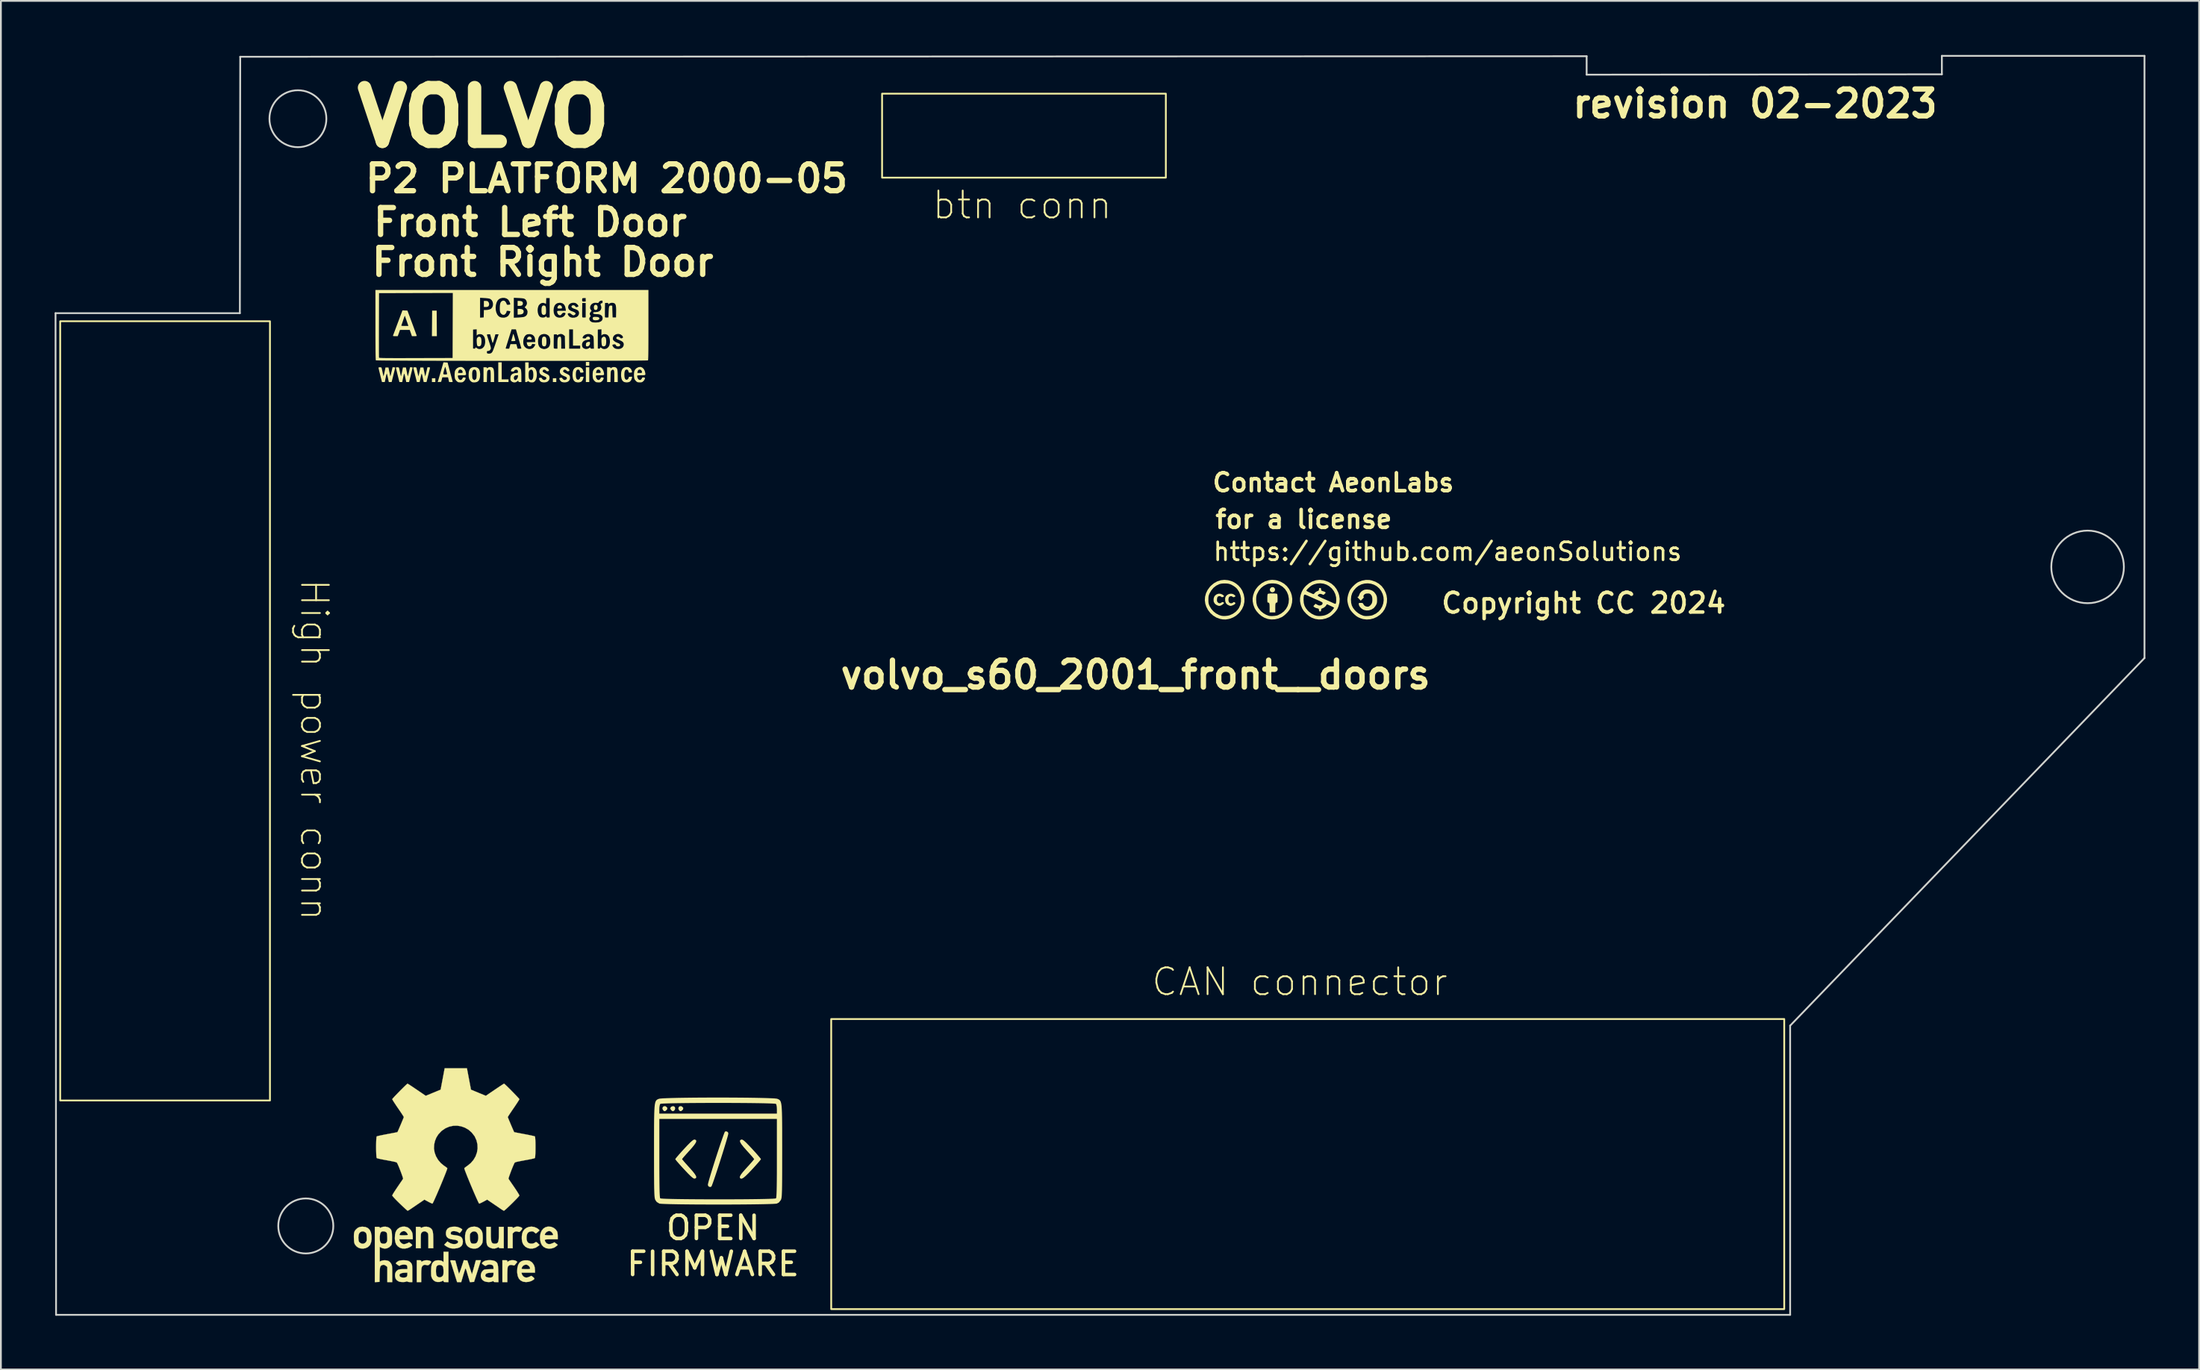
<source format=kicad_pcb>
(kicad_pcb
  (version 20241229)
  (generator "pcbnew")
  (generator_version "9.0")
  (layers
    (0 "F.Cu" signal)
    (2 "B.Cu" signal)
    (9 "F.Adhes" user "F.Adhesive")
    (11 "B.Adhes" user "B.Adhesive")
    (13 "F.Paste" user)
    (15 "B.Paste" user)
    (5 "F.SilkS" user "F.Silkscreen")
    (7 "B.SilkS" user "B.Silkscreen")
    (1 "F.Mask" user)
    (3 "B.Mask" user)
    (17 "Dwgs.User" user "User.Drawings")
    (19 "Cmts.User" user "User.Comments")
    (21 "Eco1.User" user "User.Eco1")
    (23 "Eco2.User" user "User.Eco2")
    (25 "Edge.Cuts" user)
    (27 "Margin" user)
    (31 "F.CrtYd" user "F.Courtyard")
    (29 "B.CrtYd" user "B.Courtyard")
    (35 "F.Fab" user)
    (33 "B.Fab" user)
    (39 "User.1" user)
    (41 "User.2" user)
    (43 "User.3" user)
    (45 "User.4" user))
  (footprint "volvo_s60_2001_front__doors"
    (layer "F.Cu")
    (at 60.34 34.64)
    (property "Reference" "volvo_s60_2001_front__doors" (at 0 0 0) (layer "F.SilkS") (effects (font (size 1.5 1.5) (thickness 0.3))))
    (attr board_only exclude_from_pos_files exclude_from_bom)
    (fp_rect (start -48.32 -19.75) (end -60.03 23.77) (stroke (width 0.1) (type default)) (fill no) (layer "F.SilkS"))
    (fp_rect (start -16.99 19.22) (end 36.21 35.42) (stroke (width 0.1) (type default)) (fill no) (layer "F.SilkS"))
    (fp_rect (start -14.15 -32.46) (end 1.69 -27.77) (stroke (width 0.1) (type default)) (fill no) (layer "F.SilkS"))
    (fp_poly (pts (xy -39.088 -16.354) (xy -39.279 -16.354) (xy -39.279 -16.566) (xy -39.088 -16.566)) (stroke (width 0) (type solid)) (fill yes) (layer "F.SilkS"))
    (fp_poly (pts (xy -32.336 -16.354) (xy -32.527 -16.354) (xy -32.527 -16.566) (xy -32.336 -16.566)) (stroke (width 0) (type solid)) (fill yes) (layer "F.SilkS"))
    (fp_poly (pts (xy -30.495 -17.264) (xy -30.685 -17.264) (xy -30.685 -17.476) (xy -30.495 -17.476)) (stroke (width 0) (type solid)) (fill yes) (layer "F.SilkS"))
    (fp_poly (pts (xy -30.495 -16.354) (xy -30.685 -16.354) (xy -30.685 -17.179) (xy -30.495 -17.179)) (stroke (width 0) (type solid)) (fill yes) (layer "F.SilkS"))
    (fp_poly (pts (xy -39.009 -19.629) (xy -39.003 -18.915) (xy -39.28 -18.915) (xy -39.268 -20.344) (xy -39.014 -20.344)) (stroke (width 0) (type solid)) (fill yes) (layer "F.SilkS"))
    (fp_poly (pts (xy -35.384 -16.502) (xy -35.003 -16.502) (xy -35.003 -16.354) (xy -35.575 -16.354) (xy -35.575 -17.455) (xy -35.384 -17.455)) (stroke (width 0) (type solid)) (fill yes) (layer "F.SilkS"))
    (fp_poly (pts (xy -34.295 -20.872) (xy -34.231 -20.837) (xy -34.202 -20.778) (xy -34.199 -20.748) (xy -34.213 -20.678) (xy -34.255 -20.633) (xy -34.331 -20.611) (xy -34.386 -20.608) (xy -34.495 -20.608) (xy -34.495 -20.884) (xy -34.394 -20.884)) (stroke (width 0) (type solid)) (fill yes) (layer "F.SilkS"))
    (fp_poly (pts (xy -34.266 -20.427) (xy -34.197 -20.392) (xy -34.162 -20.333) (xy -34.157 -20.289) (xy -34.172 -20.215) (xy -34.218 -20.164) (xy -34.299 -20.134) (xy -34.365 -20.126) (xy -34.495 -20.116) (xy -34.495 -20.439) (xy -34.369 -20.439)) (stroke (width 0) (type solid)) (fill yes) (layer "F.SilkS"))
    (fp_poly (pts (xy -26.211 24.106) (xy -26.137 24.181) (xy -26.148 24.262) (xy -26.183 24.306) (xy -26.261 24.366) (xy -26.324 24.358) (xy -26.364 24.324) (xy -26.413 24.234) (xy -26.4 24.149) (xy -26.342 24.092) (xy -26.255 24.086)) (stroke (width 0) (type solid)) (fill yes) (layer "F.SilkS"))
    (fp_poly (pts (xy -25.732 24.119) (xy -25.697 24.194) (xy -25.716 24.284) (xy -25.746 24.324) (xy -25.814 24.37) (xy -25.879 24.349) (xy -25.927 24.306) (xy -25.979 24.22) (xy -25.947 24.143) (xy -25.9 24.106) (xy -25.805 24.082)) (stroke (width 0) (type solid)) (fill yes) (layer "F.SilkS"))
    (fp_poly (pts (xy -25.322 24.106) (xy -25.248 24.181) (xy -25.259 24.262) (xy -25.294 24.306) (xy -25.372 24.366) (xy -25.435 24.358) (xy -25.475 24.324) (xy -25.524 24.234) (xy -25.511 24.149) (xy -25.453 24.092) (xy -25.366 24.086)) (stroke (width 0) (type solid)) (fill yes) (layer "F.SilkS"))
    (fp_poly (pts (xy -36.206 -20.88) (xy -36.162 -20.863) (xy -36.127 -20.829) (xy -36.127 -20.828) (xy -36.091 -20.756) (xy -36.085 -20.677) (xy -36.109 -20.608) (xy -36.125 -20.587) (xy -36.171 -20.558) (xy -36.239 -20.546) (xy -36.273 -20.545) (xy -36.379 -20.545) (xy -36.379 -20.884) (xy -36.275 -20.884)) (stroke (width 0) (type solid)) (fill yes) (layer "F.SilkS"))
    (fp_poly (pts (xy -30.101 -20.665) (xy -30.057 -20.629) (xy -30.032 -20.567) (xy -30.029 -20.531) (xy -30.04 -20.445) (xy -30.072 -20.394) (xy -30.128 -20.376) (xy -30.135 -20.376) (xy -30.194 -20.391) (xy -30.219 -20.416) (xy -30.237 -20.479) (xy -30.239 -20.551) (xy -30.224 -20.614) (xy -30.208 -20.639) (xy -30.154 -20.67)) (stroke (width 0) (type solid)) (fill yes) (layer "F.SilkS"))
    (fp_poly (pts (xy 7.693 -4.894) (xy 7.737 -4.868) (xy 7.778 -4.812) (xy 7.786 -4.747) (xy 7.766 -4.684) (xy 7.721 -4.636) (xy 7.656 -4.612) (xy 7.641 -4.611) (xy 7.572 -4.626) (xy 7.535 -4.653) (xy 7.498 -4.718) (xy 7.496 -4.783) (xy 7.522 -4.84) (xy 7.568 -4.883) (xy 7.627 -4.903)) (stroke (width 0) (type solid)) (fill yes) (layer "F.SilkS"))
    (fp_poly (pts (xy -33.77 -18.877) (xy -33.725 -18.831) (xy -33.712 -18.776) (xy -33.715 -18.747) (xy -33.73 -18.732) (xy -33.768 -18.726) (xy -33.838 -18.725) (xy -33.839 -18.725) (xy -33.911 -18.726) (xy -33.949 -18.734) (xy -33.965 -18.749) (xy -33.966 -18.762) (xy -33.948 -18.826) (xy -33.902 -18.874) (xy -33.841 -18.894) (xy -33.839 -18.894)) (stroke (width 0) (type solid)) (fill yes) (layer "F.SilkS"))
    (fp_poly (pts (xy -30.475 -18.594) (xy -30.456 -18.573) (xy -30.452 -18.526) (xy -30.468 -18.449) (xy -30.508 -18.387) (xy -30.565 -18.349) (xy -30.599 -18.344) (xy -30.647 -18.348) (xy -30.671 -18.358) (xy -30.68 -18.386) (xy -30.685 -18.439) (xy -30.685 -18.452) (xy -30.669 -18.528) (xy -30.62 -18.577) (xy -30.541 -18.597) (xy -30.522 -18.598)) (stroke (width 0) (type solid)) (fill yes) (layer "F.SilkS"))
    (fp_poly (pts (xy -30.056 -19.988) (xy -30.011 -19.981) (xy -29.953 -19.956) (xy -29.929 -19.915) (xy -29.941 -19.868) (xy -29.965 -19.842) (xy -30.019 -19.819) (xy -30.096 -19.806) (xy -30.178 -19.805) (xy -30.247 -19.818) (xy -30.267 -19.827) (xy -30.295 -19.862) (xy -30.304 -19.912) (xy -30.294 -19.959) (xy -30.271 -19.982) (xy -30.217 -19.992) (xy -30.139 -19.994)) (stroke (width 0) (type solid)) (fill yes) (layer "F.SilkS"))
    (fp_poly (pts (xy -34.73 -19.03) (xy -34.717 -19.003) (xy -34.698 -18.947) (xy -34.675 -18.873) (xy -34.653 -18.796) (xy -34.634 -18.725) (xy -34.624 -18.675) (xy -34.622 -18.661) (xy -34.641 -18.649) (xy -34.691 -18.642) (xy -34.737 -18.64) (xy -34.851 -18.64) (xy -34.8 -18.825) (xy -34.778 -18.909) (xy -34.76 -18.978) (xy -34.75 -19.022) (xy -34.749 -19.03) (xy -34.74 -19.038)) (stroke (width 0) (type solid)) (fill yes) (layer "F.SilkS"))
    (fp_poly (pts (xy -32.086 -20.632) (xy -32.038 -20.585) (xy -32.019 -20.523) (xy -32.019 -20.522) (xy -32.021 -20.488) (xy -32.032 -20.469) (xy -32.065 -20.462) (xy -32.127 -20.46) (xy -32.146 -20.46) (xy -32.216 -20.461) (xy -32.254 -20.467) (xy -32.27 -20.483) (xy -32.273 -20.511) (xy -32.273 -20.513) (xy -32.256 -20.57) (xy -32.216 -20.621) (xy -32.166 -20.649) (xy -32.151 -20.651)) (stroke (width 0) (type solid)) (fill yes) (layer "F.SilkS"))
    (fp_poly (pts (xy -32.981 -20.62) (xy -32.943 -20.587) (xy -32.92 -20.525) (xy -32.91 -20.431) (xy -32.908 -20.353) (xy -32.909 -20.259) (xy -32.915 -20.198) (xy -32.927 -20.16) (xy -32.947 -20.135) (xy -33.006 -20.104) (xy -33.07 -20.106) (xy -33.123 -20.14) (xy -33.129 -20.147) (xy -33.149 -20.195) (xy -33.159 -20.273) (xy -33.162 -20.365) (xy -33.157 -20.48) (xy -33.14 -20.56) (xy -33.108 -20.607) (xy -33.061 -20.628) (xy -33.035 -20.63)) (stroke (width 0) (type solid)) (fill yes) (layer "F.SilkS"))
    (fp_poly (pts (xy -32.959 -18.884) (xy -32.922 -18.851) (xy -32.899 -18.789) (xy -32.888 -18.694) (xy -32.887 -18.619) (xy -32.891 -18.501) (xy -32.907 -18.42) (xy -32.935 -18.37) (xy -32.979 -18.347) (xy -33.014 -18.344) (xy -33.079 -18.362) (xy -33.108 -18.391) (xy -33.126 -18.435) (xy -33.137 -18.507) (xy -33.141 -18.613) (xy -33.141 -18.619) (xy -33.136 -18.736) (xy -33.121 -18.817) (xy -33.092 -18.867) (xy -33.048 -18.89) (xy -33.014 -18.894)) (stroke (width 0) (type solid)) (fill yes) (layer "F.SilkS"))
    (fp_poly (pts (xy -36.564 -18.856) (xy -36.557 -18.849) (xy -36.533 -18.799) (xy -36.518 -18.721) (xy -36.513 -18.629) (xy -36.516 -18.535) (xy -36.529 -18.452) (xy -36.551 -18.396) (xy -36.557 -18.388) (xy -36.611 -18.353) (xy -36.674 -18.346) (xy -36.729 -18.366) (xy -36.742 -18.378) (xy -36.759 -18.421) (xy -36.771 -18.499) (xy -36.778 -18.595) (xy -36.78 -18.687) (xy -36.777 -18.748) (xy -36.767 -18.79) (xy -36.748 -18.824) (xy -36.739 -18.836) (xy -36.683 -18.883) (xy -36.622 -18.89)) (stroke (width 0) (type solid)) (fill yes) (layer "F.SilkS"))
    (fp_poly (pts (xy -29.6 -18.856) (xy -29.593 -18.849) (xy -29.569 -18.799) (xy -29.555 -18.721) (xy -29.549 -18.629) (xy -29.553 -18.535) (xy -29.565 -18.452) (xy -29.587 -18.396) (xy -29.593 -18.388) (xy -29.647 -18.353) (xy -29.71 -18.346) (xy -29.765 -18.366) (xy -29.778 -18.378) (xy -29.795 -18.421) (xy -29.807 -18.499) (xy -29.814 -18.595) (xy -29.816 -18.687) (xy -29.814 -18.748) (xy -29.804 -18.79) (xy -29.785 -18.824) (xy -29.776 -18.836) (xy -29.719 -18.883) (xy -29.658 -18.89)) (stroke (width 0) (type solid)) (fill yes) (layer "F.SilkS"))
    (fp_poly (pts (xy -34.395 30.822) (xy -34.309 30.849) (xy -34.254 30.882) (xy -34.236 30.908) (xy -34.241 30.939) (xy -34.273 30.987) (xy -34.3 31.022) (xy -34.356 31.084) (xy -34.398 31.111) (xy -34.434 31.109) (xy -34.54 31.082) (xy -34.618 31.083) (xy -34.682 31.114) (xy -34.703 31.132) (xy -34.771 31.195) (xy -34.771 32.019) (xy -35.045 32.019) (xy -35.045 30.824) (xy -34.908 30.824) (xy -34.826 30.827) (xy -34.783 30.838) (xy -34.771 30.861) (xy -34.771 30.862) (xy -34.765 30.885) (xy -34.739 30.882) (xy -34.703 30.865) (xy -34.627 30.833) (xy -34.566 30.814) (xy -34.488 30.809) (xy -34.395 30.822)) (stroke (width 0.01) (type solid)) (fill yes) (layer "F.SilkS"))
    (fp_poly (pts (xy -34.72 32.691) (xy -34.624 32.71) (xy -34.57 32.738) (xy -34.512 32.784) (xy -34.594 32.887) (xy -34.644 32.949) (xy -34.678 32.98) (xy -34.712 32.984) (xy -34.762 32.969) (xy -34.785 32.961) (xy -34.88 32.949) (xy -34.967 32.975) (xy -35.031 33.036) (xy -35.042 33.055) (xy -35.053 33.106) (xy -35.062 33.2) (xy -35.067 33.331) (xy -35.07 33.491) (xy -35.07 33.514) (xy -35.07 33.911) (xy -35.344 33.911) (xy -35.344 32.691) (xy -35.207 32.691) (xy -35.128 32.693) (xy -35.087 32.702) (xy -35.071 32.723) (xy -35.07 32.743) (xy -35.07 32.794) (xy -35.004 32.743) (xy -34.929 32.708) (xy -34.828 32.69) (xy -34.72 32.691)) (stroke (width 0.01) (type solid)) (fill yes) (layer "F.SilkS"))
    (fp_poly (pts (xy -39.926 32.694) (xy -39.888 32.705) (xy -39.876 32.73) (xy -39.876 32.741) (xy -39.874 32.771) (xy -39.859 32.776) (xy -39.819 32.755) (xy -39.795 32.741) (xy -39.72 32.71) (xy -39.63 32.694) (xy -39.536 32.693) (xy -39.448 32.705) (xy -39.376 32.727) (xy -39.33 32.759) (xy -39.321 32.799) (xy -39.326 32.81) (xy -39.359 32.855) (xy -39.41 32.911) (xy -39.419 32.92) (xy -39.468 32.961) (xy -39.511 32.974) (xy -39.57 32.965) (xy -39.593 32.959) (xy -39.667 32.944) (xy -39.719 32.951) (xy -39.762 32.974) (xy -39.803 33.006) (xy -39.832 33.046) (xy -39.853 33.101) (xy -39.866 33.18) (xy -39.873 33.29) (xy -39.876 33.438) (xy -39.876 33.527) (xy -39.876 33.911) (xy -40.125 33.911) (xy -40.125 32.691) (xy -40 32.691) (xy -39.926 32.694)) (stroke (width 0.01) (type solid)) (fill yes) (layer "F.SilkS"))
    (fp_poly (pts (xy -22.747 25.553) (xy -22.732 25.614) (xy -22.745 25.679) (xy -22.78 25.812) (xy -22.834 26) (xy -22.904 26.233) (xy -22.986 26.5) (xy -23.076 26.789) (xy -23.171 27.089) (xy -23.267 27.389) (xy -23.361 27.678) (xy -23.45 27.946) (xy -23.529 28.179) (xy -23.595 28.369) (xy -23.645 28.503) (xy -23.674 28.57) (xy -23.678 28.576) (xy -23.736 28.602) (xy -23.801 28.588) (xy -23.822 28.58) (xy -23.865 28.525) (xy -23.875 28.471) (xy -23.862 28.401) (xy -23.827 28.266) (xy -23.772 28.075) (xy -23.702 27.84) (xy -23.62 27.573) (xy -23.529 27.283) (xy -23.433 26.983) (xy -23.335 26.683) (xy -23.24 26.394) (xy -23.151 26.128) (xy -23.07 25.895) (xy -23.003 25.706) (xy -22.952 25.572) (xy -22.921 25.505) (xy -22.916 25.5) (xy -22.816 25.496)) (stroke (width 0) (type solid)) (fill yes) (layer "F.SilkS"))
    (fp_poly (pts (xy -35.991 31.211) (xy -35.989 31.394) (xy -35.98 31.533) (xy -35.963 31.633) (xy -35.935 31.701) (xy -35.894 31.743) (xy -35.837 31.763) (xy -35.767 31.768) (xy -35.694 31.762) (xy -35.638 31.741) (xy -35.597 31.698) (xy -35.57 31.629) (xy -35.553 31.526) (xy -35.545 31.386) (xy -35.543 31.211) (xy -35.543 30.824) (xy -35.269 30.824) (xy -35.269 32.019) (xy -35.406 32.019) (xy -35.489 32.015) (xy -35.531 32.004) (xy -35.543 31.981) (xy -35.55 31.962) (xy -35.579 31.966) (xy -35.636 31.994) (xy -35.768 32.037) (xy -35.907 32.034) (xy -36.041 31.987) (xy -36.104 31.95) (xy -36.153 31.91) (xy -36.188 31.859) (xy -36.213 31.792) (xy -36.228 31.7) (xy -36.236 31.577) (xy -36.24 31.416) (xy -36.24 31.291) (xy -36.24 30.824) (xy -35.991 30.824) (xy -35.991 31.211)) (stroke (width 0.01) (type solid)) (fill yes) (layer "F.SilkS"))
    (fp_poly (pts (xy -35.929 -17.176) (xy -35.918 -17.171) (xy -35.88 -17.145) (xy -35.852 -17.108) (xy -35.832 -17.054) (xy -35.818 -16.976) (xy -35.811 -16.871) (xy -35.808 -16.731) (xy -35.808 -16.666) (xy -35.808 -16.354) (xy -35.998 -16.354) (xy -35.998 -16.67) (xy -35.999 -16.797) (xy -36.002 -16.889) (xy -36.007 -16.951) (xy -36.015 -16.991) (xy -36.027 -17.015) (xy -36.031 -17.019) (xy -36.067 -17.047) (xy -36.099 -17.046) (xy -36.145 -17.015) (xy -36.149 -17.012) (xy -36.169 -16.994) (xy -36.183 -16.972) (xy -36.192 -16.94) (xy -36.198 -16.889) (xy -36.202 -16.812) (xy -36.205 -16.702) (xy -36.206 -16.663) (xy -36.213 -16.354) (xy -36.4 -16.354) (xy -36.4 -17.179) (xy -36.305 -17.179) (xy -36.244 -17.176) (xy -36.215 -17.163) (xy -36.21 -17.144) (xy -36.207 -17.121) (xy -36.19 -17.128) (xy -36.17 -17.145) (xy -36.1 -17.183) (xy -36.013 -17.194)) (stroke (width 0) (type solid)) (fill yes) (layer "F.SilkS"))
    (fp_poly (pts (xy -29.029 -17.176) (xy -29.017 -17.171) (xy -28.98 -17.145) (xy -28.951 -17.108) (xy -28.931 -17.054) (xy -28.918 -16.976) (xy -28.911 -16.871) (xy -28.908 -16.731) (xy -28.907 -16.666) (xy -28.907 -16.354) (xy -29.098 -16.354) (xy -29.098 -16.67) (xy -29.099 -16.797) (xy -29.101 -16.889) (xy -29.106 -16.951) (xy -29.115 -16.991) (xy -29.127 -17.015) (xy -29.131 -17.019) (xy -29.166 -17.047) (xy -29.199 -17.046) (xy -29.245 -17.015) (xy -29.249 -17.012) (xy -29.268 -16.994) (xy -29.282 -16.972) (xy -29.292 -16.94) (xy -29.298 -16.889) (xy -29.302 -16.812) (xy -29.305 -16.702) (xy -29.306 -16.663) (xy -29.313 -16.354) (xy -29.5 -16.354) (xy -29.5 -17.179) (xy -29.405 -17.179) (xy -29.344 -17.176) (xy -29.315 -17.163) (xy -29.309 -17.144) (xy -29.306 -17.121) (xy -29.29 -17.128) (xy -29.27 -17.145) (xy -29.199 -17.183) (xy -29.113 -17.194)) (stroke (width 0) (type solid)) (fill yes) (layer "F.SilkS"))
    (fp_poly (pts (xy -24.62 25.949) (xy -24.544 25.976) (xy -24.518 26.03) (xy -24.545 26.119) (xy -24.629 26.247) (xy -24.771 26.421) (xy -24.91 26.576) (xy -25.055 26.736) (xy -25.177 26.874) (xy -25.266 26.978) (xy -25.311 27.037) (xy -25.314 27.044) (xy -25.287 27.083) (xy -25.213 27.172) (xy -25.101 27.3) (xy -24.963 27.453) (xy -24.911 27.511) (xy -24.725 27.721) (xy -24.6 27.88) (xy -24.533 27.995) (xy -24.521 28.073) (xy -24.561 28.118) (xy -24.62 28.134) (xy -24.671 28.122) (xy -24.747 28.07) (xy -24.858 27.971) (xy -25.008 27.821) (xy -25.202 27.616) (xy -25.364 27.439) (xy -25.504 27.283) (xy -25.612 27.158) (xy -25.678 27.074) (xy -25.695 27.045) (xy -25.668 27.002) (xy -25.592 26.909) (xy -25.477 26.775) (xy -25.332 26.613) (xy -25.202 26.471) (xy -25.006 26.262) (xy -24.857 26.112) (xy -24.747 26.014) (xy -24.671 25.962) (xy -24.62 25.949)) (stroke (width 0) (type solid)) (fill yes) (layer "F.SilkS"))
    (fp_poly (pts (xy 7.747 -4.546) (xy 7.827 -4.54) (xy 7.882 -4.53) (xy 7.901 -4.522) (xy 7.914 -4.485) (xy 7.923 -4.409) (xy 7.926 -4.293) (xy 7.927 -4.268) (xy 7.926 -4.167) (xy 7.923 -4.1) (xy 7.917 -4.062) (xy 7.907 -4.044) (xy 7.89 -4.039) (xy 7.888 -4.039) (xy 7.853 -4.034) (xy 7.828 -4.014) (xy 7.812 -3.974) (xy 7.803 -3.906) (xy 7.8 -3.806) (xy 7.8 -3.739) (xy 7.8 -3.489) (xy 7.482 -3.489) (xy 7.482 -3.739) (xy 7.48 -3.859) (xy 7.475 -3.942) (xy 7.463 -3.996) (xy 7.443 -4.026) (xy 7.413 -4.038) (xy 7.393 -4.039) (xy 7.376 -4.043) (xy 7.365 -4.059) (xy 7.359 -4.095) (xy 7.356 -4.159) (xy 7.355 -4.256) (xy 7.355 -4.268) (xy 7.358 -4.39) (xy 7.365 -4.474) (xy 7.378 -4.518) (xy 7.38 -4.522) (xy 7.413 -4.534) (xy 7.477 -4.542) (xy 7.562 -4.547) (xy 7.655 -4.548)) (stroke (width 0) (type solid)) (fill yes) (layer "F.SilkS"))
    (fp_poly (pts (xy -21.937 25.961) (xy -21.861 26.013) (xy -21.752 26.11) (xy -21.604 26.26) (xy -21.408 26.468) (xy -21.405 26.471) (xy -21.243 26.648) (xy -21.104 26.806) (xy -20.996 26.932) (xy -20.929 27.016) (xy -20.912 27.045) (xy -20.939 27.088) (xy -21.015 27.181) (xy -21.131 27.314) (xy -21.276 27.476) (xy -21.403 27.614) (xy -21.605 27.827) (xy -21.761 27.98) (xy -21.878 28.079) (xy -21.964 28.13) (xy -22.027 28.138) (xy -22.069 28.114) (xy -22.094 28.066) (xy -22.082 27.998) (xy -22.027 27.902) (xy -21.924 27.768) (xy -21.767 27.588) (xy -21.695 27.509) (xy -21.55 27.35) (xy -21.429 27.212) (xy -21.34 27.108) (xy -21.296 27.051) (xy -21.293 27.044) (xy -21.32 27.005) (xy -21.394 26.915) (xy -21.506 26.788) (xy -21.644 26.634) (xy -21.697 26.576) (xy -21.883 26.366) (xy -22.008 26.206) (xy -22.075 26.089) (xy -22.087 26.011) (xy -22.047 25.966) (xy -21.987 25.949)) (stroke (width 0) (type solid)) (fill yes) (layer "F.SilkS"))
    (fp_poly (pts (xy -39.452 30.844) (xy -39.39 30.874) (xy -39.33 30.916) (xy -39.284 30.966) (xy -39.251 31.028) (xy -39.228 31.112) (xy -39.214 31.223) (xy -39.207 31.369) (xy -39.204 31.557) (xy -39.204 31.577) (xy -39.204 32.019) (xy -39.477 32.019) (xy -39.477 31.611) (xy -39.478 31.46) (xy -39.479 31.351) (xy -39.483 31.275) (xy -39.49 31.224) (xy -39.501 31.189) (xy -39.519 31.164) (xy -39.543 31.138) (xy -39.628 31.083) (xy -39.721 31.073) (xy -39.809 31.108) (xy -39.84 31.134) (xy -39.862 31.158) (xy -39.878 31.184) (xy -39.889 31.22) (xy -39.896 31.273) (xy -39.899 31.353) (xy -39.901 31.468) (xy -39.901 31.607) (xy -39.901 32.019) (xy -40.175 32.019) (xy -40.175 30.824) (xy -40.038 30.824) (xy -39.956 30.827) (xy -39.913 30.838) (xy -39.901 30.861) (xy -39.901 30.862) (xy -39.895 30.884) (xy -39.87 30.881) (xy -39.82 30.857) (xy -39.706 30.821) (xy -39.577 30.817) (xy -39.452 30.844)) (stroke (width 0.01) (type solid)) (fill yes) (layer "F.SilkS"))
    (fp_poly (pts (xy 5.465 -4.503) (xy 5.539 -4.447) (xy 5.571 -4.411) (xy 5.574 -4.39) (xy 5.551 -4.369) (xy 5.547 -4.366) (xy 5.484 -4.338) (xy 5.429 -4.348) (xy 5.408 -4.367) (xy 5.361 -4.395) (xy 5.3 -4.395) (xy 5.242 -4.369) (xy 5.226 -4.355) (xy 5.196 -4.296) (xy 5.184 -4.216) (xy 5.189 -4.133) (xy 5.211 -4.063) (xy 5.226 -4.042) (xy 5.283 -4.006) (xy 5.352 -3.998) (xy 5.417 -4.02) (xy 5.438 -4.038) (xy 5.474 -4.066) (xy 5.514 -4.061) (xy 5.526 -4.056) (xy 5.568 -4.024) (xy 5.57 -3.985) (xy 5.535 -3.944) (xy 5.465 -3.903) (xy 5.409 -3.881) (xy 5.349 -3.86) (xy 5.311 -3.853) (xy 5.275 -3.857) (xy 5.223 -3.875) (xy 5.207 -3.88) (xy 5.107 -3.935) (xy 5.038 -4.018) (xy 5.002 -4.127) (xy 4.999 -4.259) (xy 5.001 -4.279) (xy 5.032 -4.373) (xy 5.094 -4.448) (xy 5.177 -4.501) (xy 5.272 -4.53) (xy 5.371 -4.531)) (stroke (width 0) (type solid)) (fill yes) (layer "F.SilkS"))
    (fp_poly (pts (xy -38.52 -17.45) (xy -38.405 -17.444) (xy -38.274 -16.947) (xy -38.236 -16.805) (xy -38.202 -16.676) (xy -38.172 -16.564) (xy -38.148 -16.477) (xy -38.132 -16.419) (xy -38.127 -16.401) (xy -38.121 -16.373) (xy -38.133 -16.359) (xy -38.173 -16.354) (xy -38.216 -16.354) (xy -38.319 -16.354) (xy -38.35 -16.486) (xy -38.38 -16.618) (xy -38.697 -16.618) (xy -38.73 -16.491) (xy -38.764 -16.364) (xy -38.859 -16.358) (xy -38.955 -16.352) (xy -38.821 -16.814) (xy -38.643 -16.814) (xy -38.636 -16.792) (xy -38.607 -16.781) (xy -38.547 -16.777) (xy -38.538 -16.777) (xy -38.474 -16.781) (xy -38.437 -16.793) (xy -38.432 -16.8) (xy -38.437 -16.831) (xy -38.45 -16.891) (xy -38.469 -16.967) (xy -38.489 -17.049) (xy -38.508 -17.124) (xy -38.524 -17.18) (xy -38.531 -17.201) (xy -38.54 -17.194) (xy -38.556 -17.156) (xy -38.577 -17.096) (xy -38.598 -17.023) (xy -38.618 -16.948) (xy -38.634 -16.879) (xy -38.643 -16.827) (xy -38.643 -16.814) (xy -38.821 -16.814) (xy -38.795 -16.904) (xy -38.635 -17.456)) (stroke (width 0) (type solid)) (fill yes) (layer "F.SilkS"))
    (fp_poly (pts (xy 4.73 -4.531) (xy 4.834 -4.494) (xy 4.894 -4.451) (xy 4.931 -4.416) (xy 4.939 -4.395) (xy 4.92 -4.374) (xy 4.912 -4.367) (xy 4.85 -4.338) (xy 4.796 -4.347) (xy 4.773 -4.367) (xy 4.727 -4.393) (xy 4.664 -4.397) (xy 4.604 -4.377) (xy 4.594 -4.371) (xy 4.564 -4.329) (xy 4.548 -4.253) (xy 4.545 -4.228) (xy 4.543 -4.153) (xy 4.553 -4.102) (xy 4.58 -4.057) (xy 4.582 -4.055) (xy 4.641 -4.009) (xy 4.71 -3.998) (xy 4.777 -4.024) (xy 4.794 -4.039) (xy 4.832 -4.067) (xy 4.871 -4.064) (xy 4.889 -4.057) (xy 4.928 -4.035) (xy 4.942 -4.019) (xy 4.925 -3.99) (xy 4.883 -3.951) (xy 4.828 -3.911) (xy 4.773 -3.88) (xy 4.754 -3.873) (xy 4.706 -3.857) (xy 4.674 -3.852) (xy 4.638 -3.858) (xy 4.582 -3.873) (xy 4.487 -3.92) (xy 4.411 -3.993) (xy 4.365 -4.084) (xy 4.358 -4.117) (xy 4.355 -4.247) (xy 4.386 -4.357) (xy 4.434 -4.428) (xy 4.521 -4.497) (xy 4.623 -4.532)) (stroke (width 0) (type solid)) (fill yes) (layer "F.SilkS"))
    (fp_poly (pts (xy -31.024 -17.185) (xy -30.933 -17.139) (xy -30.864 -17.061) (xy -30.824 -16.954) (xy -30.817 -16.913) (xy -30.827 -16.893) (xy -30.863 -16.884) (xy -30.905 -16.88) (xy -30.964 -16.877) (xy -30.993 -16.886) (xy -31.007 -16.913) (xy -31.012 -16.934) (xy -31.038 -17.008) (xy -31.082 -17.046) (xy -31.121 -17.052) (xy -31.177 -17.035) (xy -31.216 -16.983) (xy -31.239 -16.893) (xy -31.246 -16.767) (xy -31.239 -16.64) (xy -31.216 -16.551) (xy -31.178 -16.499) (xy -31.122 -16.481) (xy -31.12 -16.481) (xy -31.068 -16.499) (xy -31.024 -16.545) (xy -31.003 -16.604) (xy -31.003 -16.613) (xy -30.995 -16.636) (xy -30.964 -16.647) (xy -30.906 -16.65) (xy -30.809 -16.65) (xy -30.824 -16.581) (xy -30.863 -16.467) (xy -30.923 -16.389) (xy -30.96 -16.365) (xy -31.045 -16.339) (xy -31.144 -16.334) (xy -31.239 -16.351) (xy -31.291 -16.373) (xy -31.358 -16.437) (xy -31.404 -16.536) (xy -31.427 -16.669) (xy -31.431 -16.768) (xy -31.419 -16.919) (xy -31.384 -17.035) (xy -31.324 -17.119) (xy -31.238 -17.172) (xy -31.134 -17.194)) (stroke (width 0) (type solid)) (fill yes) (layer "F.SilkS"))
    (fp_poly (pts (xy -28.315 -17.185) (xy -28.223 -17.139) (xy -28.155 -17.061) (xy -28.114 -16.954) (xy -28.108 -16.913) (xy -28.118 -16.893) (xy -28.154 -16.884) (xy -28.195 -16.88) (xy -28.254 -16.877) (xy -28.284 -16.886) (xy -28.298 -16.913) (xy -28.303 -16.934) (xy -28.329 -17.008) (xy -28.372 -17.046) (xy -28.412 -17.052) (xy -28.468 -17.035) (xy -28.507 -16.983) (xy -28.529 -16.893) (xy -28.537 -16.767) (xy -28.53 -16.64) (xy -28.507 -16.551) (xy -28.468 -16.499) (xy -28.413 -16.481) (xy -28.411 -16.481) (xy -28.358 -16.499) (xy -28.315 -16.545) (xy -28.294 -16.604) (xy -28.293 -16.613) (xy -28.286 -16.636) (xy -28.255 -16.647) (xy -28.197 -16.65) (xy -28.1 -16.65) (xy -28.114 -16.581) (xy -28.154 -16.467) (xy -28.214 -16.389) (xy -28.25 -16.365) (xy -28.335 -16.339) (xy -28.435 -16.334) (xy -28.53 -16.351) (xy -28.581 -16.373) (xy -28.649 -16.437) (xy -28.694 -16.536) (xy -28.718 -16.669) (xy -28.722 -16.768) (xy -28.71 -16.919) (xy -28.675 -17.035) (xy -28.615 -17.119) (xy -28.529 -17.172) (xy -28.425 -17.194)) (stroke (width 0) (type solid)) (fill yes) (layer "F.SilkS"))
    (fp_poly (pts (xy -33.881 -17.12) (xy -33.802 -17.161) (xy -33.706 -17.19) (xy -33.615 -17.179) (xy -33.537 -17.129) (xy -33.477 -17.047) (xy -33.438 -16.937) (xy -33.42 -16.812) (xy -33.424 -16.682) (xy -33.448 -16.561) (xy -33.491 -16.458) (xy -33.533 -16.402) (xy -33.583 -16.358) (xy -33.632 -16.338) (xy -33.7 -16.333) (xy -33.707 -16.333) (xy -33.798 -16.342) (xy -33.864 -16.374) (xy -33.868 -16.377) (xy -33.907 -16.404) (xy -33.927 -16.404) (xy -33.937 -16.387) (xy -33.967 -16.362) (xy -34.011 -16.354) (xy -34.072 -16.354) (xy -34.072 -16.823) (xy -33.88 -16.823) (xy -33.878 -16.694) (xy -33.878 -16.69) (xy -33.871 -16.606) (xy -33.859 -16.553) (xy -33.84 -16.518) (xy -33.82 -16.499) (xy -33.763 -16.465) (xy -33.716 -16.467) (xy -33.682 -16.493) (xy -33.649 -16.542) (xy -33.628 -16.612) (xy -33.619 -16.713) (xy -33.618 -16.788) (xy -33.628 -16.906) (xy -33.654 -16.99) (xy -33.694 -17.038) (xy -33.748 -17.048) (xy -33.807 -17.023) (xy -33.846 -16.982) (xy -33.87 -16.917) (xy -33.88 -16.823) (xy -34.072 -16.823) (xy -34.072 -17.455) (xy -33.881 -17.455)) (stroke (width 0) (type solid)) (fill yes) (layer "F.SilkS"))
    (fp_poly (pts (xy -33.567 30.834) (xy -33.423 30.895) (xy -33.378 30.925) (xy -33.32 30.971) (xy -33.283 31.007) (xy -33.277 31.019) (xy -33.295 31.045) (xy -33.341 31.089) (xy -33.377 31.12) (xy -33.477 31.2) (xy -33.557 31.134) (xy -33.618 31.091) (xy -33.677 31.076) (xy -33.746 31.08) (xy -33.854 31.107) (xy -33.929 31.162) (xy -33.974 31.253) (xy -33.995 31.383) (xy -33.995 31.383) (xy -33.993 31.529) (xy -33.965 31.636) (xy -33.91 31.709) (xy -33.872 31.734) (xy -33.772 31.764) (xy -33.666 31.764) (xy -33.573 31.735) (xy -33.551 31.72) (xy -33.496 31.683) (xy -33.453 31.677) (xy -33.406 31.704) (xy -33.355 31.754) (xy -33.273 31.838) (xy -33.364 31.912) (xy -33.503 31.996) (xy -33.661 32.038) (xy -33.825 32.035) (xy -33.933 32.007) (xy -34.059 31.94) (xy -34.16 31.833) (xy -34.206 31.757) (xy -34.243 31.649) (xy -34.262 31.512) (xy -34.262 31.364) (xy -34.244 31.221) (xy -34.207 31.102) (xy -34.201 31.09) (xy -34.117 30.97) (xy -34.002 30.882) (xy -33.866 30.829) (xy -33.718 30.813) (xy -33.567 30.834)) (stroke (width 0.01) (type solid)) (fill yes) (layer "F.SilkS"))
    (fp_poly (pts (xy -36.794 -17.176) (xy -36.705 -17.133) (xy -36.643 -17.059) (xy -36.604 -16.952) (xy -36.587 -16.811) (xy -36.587 -16.767) (xy -36.597 -16.614) (xy -36.629 -16.496) (xy -36.684 -16.412) (xy -36.764 -16.359) (xy -36.87 -16.335) (xy -36.916 -16.333) (xy -36.992 -16.336) (xy -37.044 -16.352) (xy -37.093 -16.385) (xy -37.107 -16.397) (xy -37.167 -16.464) (xy -37.206 -16.546) (xy -37.226 -16.65) (xy -37.231 -16.783) (xy -37.226 -16.841) (xy -37.033 -16.841) (xy -37.032 -16.723) (xy -37.027 -16.632) (xy -37.02 -16.573) (xy -37.007 -16.536) (xy -36.986 -16.51) (xy -36.975 -16.5) (xy -36.934 -16.471) (xy -36.908 -16.46) (xy -36.882 -16.472) (xy -36.842 -16.5) (xy -36.817 -16.525) (xy -36.801 -16.557) (xy -36.792 -16.606) (xy -36.786 -16.684) (xy -36.784 -16.723) (xy -36.786 -16.862) (xy -36.803 -16.962) (xy -36.838 -17.024) (xy -36.889 -17.05) (xy -36.948 -17.043) (xy -36.992 -17.01) (xy -37.02 -16.944) (xy -37.033 -16.841) (xy -37.226 -16.841) (xy -37.218 -16.931) (xy -37.182 -17.044) (xy -37.121 -17.124) (xy -37.034 -17.172) (xy -36.921 -17.19) (xy -36.908 -17.19)) (stroke (width 0) (type solid)) (fill yes) (layer "F.SilkS"))
    (fp_poly (pts (xy -40.785 -20.35) (xy -40.646 -20.344) (xy -40.386 -19.645) (xy -40.325 -19.482) (xy -40.27 -19.332) (xy -40.221 -19.199) (xy -40.181 -19.088) (xy -40.15 -19.003) (xy -40.131 -18.949) (xy -40.126 -18.931) (xy -40.145 -18.923) (xy -40.195 -18.917) (xy -40.261 -18.915) (xy -40.396 -18.915) (xy -40.517 -19.264) (xy -41.063 -19.264) (xy -41.092 -19.18) (xy -41.119 -19.102) (xy -41.149 -19.019) (xy -41.154 -19.005) (xy -41.187 -18.915) (xy -41.326 -18.915) (xy -41.404 -18.917) (xy -41.445 -18.925) (xy -41.454 -18.94) (xy -41.454 -18.941) (xy -41.444 -18.967) (xy -41.422 -19.027) (xy -41.388 -19.118) (xy -41.344 -19.234) (xy -41.293 -19.371) (xy -41.24 -19.513) (xy -40.986 -19.513) (xy -40.981 -19.5) (xy -40.949 -19.492) (xy -40.884 -19.488) (xy -40.795 -19.487) (xy -40.593 -19.487) (xy -40.689 -19.767) (xy -40.724 -19.868) (xy -40.755 -19.955) (xy -40.777 -20.018) (xy -40.79 -20.051) (xy -40.792 -20.054) (xy -40.801 -20.038) (xy -40.82 -19.989) (xy -40.848 -19.914) (xy -40.88 -19.82) (xy -40.887 -19.8) (xy -40.921 -19.7) (xy -40.951 -19.614) (xy -40.973 -19.549) (xy -40.986 -19.515) (xy -40.986 -19.513) (xy -41.24 -19.513) (xy -41.236 -19.524) (xy -41.184 -19.662) (xy -40.924 -20.356)) (stroke (width 0) (type solid)) (fill yes) (layer "F.SilkS"))
    (fp_poly (pts (xy -36.749 30.838) (xy -36.623 30.907) (xy -36.524 31.015) (xy -36.478 31.103) (xy -36.458 31.181) (xy -36.445 31.292) (xy -36.44 31.42) (xy -36.442 31.548) (xy -36.452 31.661) (xy -36.464 31.721) (xy -36.505 31.803) (xy -36.575 31.891) (xy -36.66 31.967) (xy -36.744 32.017) (xy -36.746 32.017) (xy -36.85 32.039) (xy -36.974 32.039) (xy -37.091 32.02) (xy -37.137 32.004) (xy -37.253 31.938) (xy -37.337 31.851) (xy -37.392 31.736) (xy -37.422 31.586) (xy -37.429 31.507) (xy -37.429 31.408) (xy -37.162 31.408) (xy -37.153 31.553) (xy -37.127 31.663) (xy -37.086 31.733) (xy -37.056 31.753) (xy -36.981 31.767) (xy -36.892 31.763) (xy -36.815 31.743) (xy -36.795 31.732) (xy -36.741 31.667) (xy -36.706 31.568) (xy -36.691 31.448) (xy -36.698 31.318) (xy -36.715 31.241) (xy -36.762 31.151) (xy -36.836 31.094) (xy -36.925 31.075) (xy -37.018 31.095) (xy -37.089 31.145) (xy -37.126 31.187) (xy -37.148 31.227) (xy -37.158 31.282) (xy -37.161 31.366) (xy -37.162 31.408) (xy -37.429 31.408) (xy -37.428 31.297) (xy -37.393 31.124) (xy -37.327 30.99) (xy -37.228 30.893) (xy -37.096 30.834) (xy -37.068 30.827) (xy -36.899 30.811) (xy -36.749 30.838)) (stroke (width 0.01) (type solid)) (fill yes) (layer "F.SilkS"))
    (fp_poly (pts (xy -37.401 32.696) (xy -37.302 32.704) (xy -37.174 33.09) (xy -37.045 33.476) (xy -37.005 33.339) (xy -36.98 33.254) (xy -36.948 33.14) (xy -36.914 33.014) (xy -36.896 32.946) (xy -36.827 32.691) (xy -36.544 32.691) (xy -36.628 32.959) (xy -36.67 33.091) (xy -36.72 33.249) (xy -36.773 33.415) (xy -36.82 33.563) (xy -36.927 33.899) (xy -37.158 33.914) (xy -37.22 33.707) (xy -37.259 33.579) (xy -37.301 33.437) (xy -37.338 33.312) (xy -37.339 33.307) (xy -37.367 33.222) (xy -37.391 33.165) (xy -37.408 33.143) (xy -37.412 33.145) (xy -37.424 33.179) (xy -37.447 33.252) (xy -37.479 33.354) (xy -37.516 33.477) (xy -37.536 33.544) (xy -37.644 33.911) (xy -37.873 33.911) (xy -38.056 33.332) (xy -38.107 33.17) (xy -38.154 33.023) (xy -38.194 32.897) (xy -38.226 32.8) (xy -38.245 32.739) (xy -38.251 32.721) (xy -38.247 32.703) (xy -38.209 32.695) (xy -38.131 32.695) (xy -38.119 32.696) (xy -37.974 32.704) (xy -37.879 33.052) (xy -37.844 33.179) (xy -37.813 33.291) (xy -37.789 33.378) (xy -37.773 33.43) (xy -37.77 33.438) (xy -37.758 33.428) (xy -37.734 33.378) (xy -37.701 33.294) (xy -37.661 33.183) (xy -37.628 33.082) (xy -37.499 32.689) (xy -37.401 32.696)) (stroke (width 0.01) (type solid)) (fill yes) (layer "F.SilkS"))
    (fp_poly (pts (xy -42.985 30.836) (xy -42.855 30.894) (xy -42.756 30.99) (xy -42.688 31.125) (xy -42.652 31.299) (xy -42.649 31.326) (xy -42.647 31.517) (xy -42.674 31.685) (xy -42.727 31.821) (xy -42.756 31.865) (xy -42.856 31.957) (xy -42.984 32.017) (xy -43.127 32.042) (xy -43.272 32.029) (xy -43.383 31.99) (xy -43.478 31.925) (xy -43.556 31.839) (xy -43.557 31.837) (xy -43.589 31.783) (xy -43.609 31.73) (xy -43.622 31.663) (xy -43.629 31.568) (xy -43.632 31.49) (xy -43.634 31.419) (xy -43.385 31.419) (xy -43.382 31.489) (xy -43.373 31.583) (xy -43.358 31.643) (xy -43.33 31.686) (xy -43.303 31.711) (xy -43.21 31.763) (xy -43.112 31.77) (xy -43.022 31.733) (xy -42.976 31.69) (xy -42.943 31.648) (xy -42.924 31.607) (xy -42.916 31.554) (xy -42.915 31.475) (xy -42.918 31.402) (xy -42.923 31.298) (xy -42.932 31.23) (xy -42.948 31.186) (xy -42.975 31.152) (xy -42.996 31.133) (xy -43.085 31.082) (xy -43.181 31.079) (xy -43.262 31.109) (xy -43.33 31.172) (xy -43.371 31.275) (xy -43.385 31.419) (xy -43.634 31.419) (xy -43.635 31.334) (xy -43.63 31.219) (xy -43.615 31.131) (xy -43.588 31.062) (xy -43.547 31.002) (xy -43.532 30.984) (xy -43.436 30.894) (xy -43.333 30.841) (xy -43.208 30.819) (xy -43.147 30.817) (xy -42.985 30.836)) (stroke (width 0.01) (type solid)) (fill yes) (layer "F.SilkS"))
    (fp_poly (pts (xy -38.357 33.911) (xy -38.494 33.911) (xy -38.573 33.909) (xy -38.615 33.899) (xy -38.63 33.878) (xy -38.631 33.864) (xy -38.633 33.836) (xy -38.649 33.83) (xy -38.691 33.848) (xy -38.723 33.864) (xy -38.848 33.903) (xy -38.983 33.905) (xy -39.093 33.876) (xy -39.195 33.807) (xy -39.273 33.703) (xy -39.316 33.582) (xy -39.317 33.575) (xy -39.323 33.501) (xy -39.326 33.394) (xy -39.326 33.314) (xy -39.054 33.314) (xy -39.048 33.421) (xy -39.034 33.509) (xy -39.014 33.559) (xy -38.941 33.627) (xy -38.854 33.651) (xy -38.764 33.632) (xy -38.687 33.573) (xy -38.658 33.533) (xy -38.641 33.486) (xy -38.633 33.417) (xy -38.631 33.314) (xy -38.634 33.211) (xy -38.644 33.121) (xy -38.657 33.061) (xy -38.659 33.055) (xy -38.712 32.991) (xy -38.789 32.956) (xy -38.876 32.95) (xy -38.957 32.974) (xy -39.016 33.03) (xy -39.022 33.041) (xy -39.042 33.108) (xy -39.052 33.204) (xy -39.054 33.314) (xy -39.326 33.314) (xy -39.326 33.273) (xy -39.324 33.208) (xy -39.312 33.046) (xy -39.287 32.925) (xy -39.245 32.835) (xy -39.182 32.769) (xy -39.121 32.729) (xy -39.036 32.702) (xy -38.931 32.693) (xy -38.823 32.7) (xy -38.73 32.724) (xy -38.682 32.753) (xy -38.631 32.799) (xy -38.631 32.218) (xy -38.357 32.218) (xy -38.357 33.911)) (stroke (width 0.01) (type solid)) (fill yes) (layer "F.SilkS"))
    (fp_poly (pts (xy -41.356 -17.174) (xy -41.333 -17.16) (xy -41.332 -17.158) (xy -41.337 -17.131) (xy -41.351 -17.071) (xy -41.372 -16.982) (xy -41.398 -16.873) (xy -41.429 -16.75) (xy -41.43 -16.745) (xy -41.528 -16.354) (xy -41.686 -16.354) (xy -41.734 -16.581) (xy -41.755 -16.675) (xy -41.774 -16.753) (xy -41.789 -16.806) (xy -41.797 -16.825) (xy -41.806 -16.812) (xy -41.821 -16.765) (xy -41.84 -16.691) (xy -41.86 -16.598) (xy -41.86 -16.597) (xy -41.91 -16.354) (xy -42.068 -16.354) (xy -42.166 -16.745) (xy -42.196 -16.868) (xy -42.223 -16.978) (xy -42.244 -17.067) (xy -42.258 -17.129) (xy -42.263 -17.157) (xy -42.263 -17.158) (xy -42.245 -17.171) (xy -42.198 -17.179) (xy -42.179 -17.179) (xy -42.122 -17.175) (xy -42.094 -17.158) (xy -42.084 -17.132) (xy -42.075 -17.091) (xy -42.059 -17.02) (xy -42.04 -16.932) (xy -42.03 -16.884) (xy -42.011 -16.797) (xy -41.994 -16.729) (xy -41.983 -16.686) (xy -41.98 -16.677) (xy -41.974 -16.694) (xy -41.961 -16.745) (xy -41.943 -16.822) (xy -41.923 -16.917) (xy -41.922 -16.92) (xy -41.871 -17.169) (xy -41.705 -17.169) (xy -41.656 -16.927) (xy -41.636 -16.832) (xy -41.619 -16.753) (xy -41.607 -16.699) (xy -41.6 -16.679) (xy -41.593 -16.695) (xy -41.579 -16.745) (xy -41.559 -16.822) (xy -41.536 -16.916) (xy -41.534 -16.925) (xy -41.475 -17.179) (xy -41.404 -17.179)) (stroke (width 0) (type solid)) (fill yes) (layer "F.SilkS"))
    (fp_poly (pts (xy -40.382 -17.174) (xy -40.359 -17.16) (xy -40.358 -17.158) (xy -40.363 -17.131) (xy -40.377 -17.071) (xy -40.398 -16.982) (xy -40.425 -16.873) (xy -40.455 -16.75) (xy -40.456 -16.745) (xy -40.554 -16.354) (xy -40.712 -16.354) (xy -40.761 -16.581) (xy -40.782 -16.675) (xy -40.801 -16.753) (xy -40.816 -16.806) (xy -40.823 -16.825) (xy -40.833 -16.812) (xy -40.848 -16.765) (xy -40.866 -16.691) (xy -40.887 -16.598) (xy -40.887 -16.597) (xy -40.936 -16.354) (xy -41.094 -16.354) (xy -41.192 -16.745) (xy -41.223 -16.868) (xy -41.249 -16.978) (xy -41.27 -17.067) (xy -41.284 -17.129) (xy -41.29 -17.157) (xy -41.29 -17.158) (xy -41.271 -17.171) (xy -41.224 -17.179) (xy -41.206 -17.179) (xy -41.149 -17.175) (xy -41.121 -17.158) (xy -41.11 -17.132) (xy -41.101 -17.091) (xy -41.086 -17.02) (xy -41.067 -16.932) (xy -41.056 -16.884) (xy -41.037 -16.797) (xy -41.021 -16.729) (xy -41.01 -16.686) (xy -41.006 -16.677) (xy -41 -16.694) (xy -40.987 -16.745) (xy -40.97 -16.822) (xy -40.949 -16.917) (xy -40.949 -16.92) (xy -40.897 -17.169) (xy -40.731 -17.169) (xy -40.682 -16.927) (xy -40.663 -16.832) (xy -40.646 -16.753) (xy -40.633 -16.699) (xy -40.627 -16.679) (xy -40.62 -16.695) (xy -40.605 -16.745) (xy -40.585 -16.822) (xy -40.562 -16.916) (xy -40.56 -16.925) (xy -40.501 -17.179) (xy -40.43 -17.179)) (stroke (width 0) (type solid)) (fill yes) (layer "F.SilkS"))
    (fp_poly (pts (xy -39.408 -17.174) (xy -39.385 -17.16) (xy -39.385 -17.158) (xy -39.39 -17.131) (xy -39.403 -17.071) (xy -39.424 -16.982) (xy -39.451 -16.873) (xy -39.481 -16.75) (xy -39.483 -16.745) (xy -39.581 -16.354) (xy -39.738 -16.354) (xy -39.787 -16.581) (xy -39.808 -16.675) (xy -39.827 -16.753) (xy -39.842 -16.806) (xy -39.85 -16.825) (xy -39.859 -16.812) (xy -39.874 -16.765) (xy -39.893 -16.691) (xy -39.913 -16.598) (xy -39.913 -16.597) (xy -39.963 -16.354) (xy -40.12 -16.354) (xy -40.218 -16.745) (xy -40.249 -16.868) (xy -40.276 -16.978) (xy -40.297 -17.067) (xy -40.311 -17.129) (xy -40.316 -17.157) (xy -40.316 -17.158) (xy -40.297 -17.171) (xy -40.25 -17.179) (xy -40.232 -17.179) (xy -40.175 -17.175) (xy -40.147 -17.158) (xy -40.137 -17.132) (xy -40.128 -17.091) (xy -40.112 -17.02) (xy -40.093 -16.932) (xy -40.082 -16.884) (xy -40.063 -16.797) (xy -40.047 -16.729) (xy -40.036 -16.686) (xy -40.033 -16.677) (xy -40.026 -16.694) (xy -40.014 -16.745) (xy -39.996 -16.822) (xy -39.976 -16.917) (xy -39.975 -16.92) (xy -39.923 -17.169) (xy -39.757 -17.169) (xy -39.709 -16.927) (xy -39.689 -16.832) (xy -39.672 -16.753) (xy -39.659 -16.699) (xy -39.653 -16.679) (xy -39.646 -16.695) (xy -39.631 -16.745) (xy -39.612 -16.822) (xy -39.589 -16.916) (xy -39.587 -16.925) (xy -39.528 -17.179) (xy -39.456 -17.179)) (stroke (width 0) (type solid)) (fill yes) (layer "F.SilkS"))
    (fp_poly (pts (xy -32.913 -17.179) (xy -32.831 -17.13) (xy -32.807 -17.107) (xy -32.757 -17.044) (xy -32.742 -17) (xy -32.762 -16.971) (xy -32.803 -16.957) (xy -32.854 -16.953) (xy -32.892 -16.977) (xy -32.91 -16.998) (xy -32.962 -17.04) (xy -33.018 -17.051) (xy -33.065 -17.033) (xy -33.094 -16.988) (xy -33.098 -16.957) (xy -33.09 -16.931) (xy -33.059 -16.903) (xy -33 -16.868) (xy -32.924 -16.829) (xy -32.839 -16.787) (xy -32.785 -16.755) (xy -32.752 -16.725) (xy -32.732 -16.69) (xy -32.723 -16.666) (xy -32.711 -16.565) (xy -32.737 -16.473) (xy -32.801 -16.396) (xy -32.821 -16.381) (xy -32.901 -16.348) (xy -33 -16.333) (xy -33.101 -16.339) (xy -33.186 -16.365) (xy -33.188 -16.366) (xy -33.242 -16.411) (xy -33.286 -16.476) (xy -33.309 -16.541) (xy -33.31 -16.554) (xy -33.291 -16.581) (xy -33.257 -16.59) (xy -33.208 -16.593) (xy -33.182 -16.595) (xy -33.158 -16.58) (xy -33.135 -16.546) (xy -33.095 -16.501) (xy -33.05 -16.475) (xy -32.99 -16.47) (xy -32.938 -16.49) (xy -32.9 -16.527) (xy -32.886 -16.571) (xy -32.903 -16.614) (xy -32.913 -16.625) (xy -32.947 -16.644) (xy -33.006 -16.67) (xy -33.058 -16.691) (xy -33.166 -16.743) (xy -33.237 -16.806) (xy -33.275 -16.883) (xy -33.281 -16.918) (xy -33.274 -17.012) (xy -33.235 -17.089) (xy -33.172 -17.148) (xy -33.092 -17.185) (xy -33.003 -17.196)) (stroke (width 0) (type solid)) (fill yes) (layer "F.SilkS"))
    (fp_poly (pts (xy -31.77 -17.179) (xy -31.688 -17.13) (xy -31.664 -17.107) (xy -31.614 -17.044) (xy -31.599 -17) (xy -31.619 -16.971) (xy -31.66 -16.957) (xy -31.711 -16.953) (xy -31.749 -16.977) (xy -31.767 -16.998) (xy -31.819 -17.04) (xy -31.875 -17.051) (xy -31.922 -17.033) (xy -31.951 -16.988) (xy -31.955 -16.957) (xy -31.947 -16.931) (xy -31.916 -16.903) (xy -31.857 -16.868) (xy -31.781 -16.829) (xy -31.696 -16.787) (xy -31.642 -16.755) (xy -31.609 -16.725) (xy -31.589 -16.69) (xy -31.58 -16.666) (xy -31.568 -16.565) (xy -31.594 -16.473) (xy -31.658 -16.396) (xy -31.678 -16.381) (xy -31.758 -16.348) (xy -31.857 -16.333) (xy -31.958 -16.339) (xy -32.043 -16.365) (xy -32.045 -16.366) (xy -32.099 -16.411) (xy -32.143 -16.476) (xy -32.166 -16.541) (xy -32.167 -16.554) (xy -32.148 -16.581) (xy -32.114 -16.59) (xy -32.065 -16.593) (xy -32.039 -16.595) (xy -32.015 -16.58) (xy -31.992 -16.546) (xy -31.952 -16.501) (xy -31.907 -16.475) (xy -31.847 -16.47) (xy -31.795 -16.49) (xy -31.757 -16.527) (xy -31.743 -16.571) (xy -31.76 -16.614) (xy -31.77 -16.625) (xy -31.804 -16.644) (xy -31.863 -16.67) (xy -31.915 -16.691) (xy -32.023 -16.743) (xy -32.094 -16.806) (xy -32.132 -16.883) (xy -32.138 -16.918) (xy -32.131 -17.012) (xy -32.092 -17.089) (xy -32.029 -17.148) (xy -31.949 -17.185) (xy -31.86 -17.196)) (stroke (width 0) (type solid)) (fill yes) (layer "F.SilkS"))
    (fp_poly (pts (xy -32.655 30.819) (xy -32.591 30.835) (xy -32.469 30.891) (xy -32.365 30.978) (xy -32.292 31.082) (xy -32.282 31.105) (xy -32.269 31.166) (xy -32.259 31.257) (xy -32.256 31.348) (xy -32.256 31.521) (xy -32.617 31.521) (xy -32.766 31.521) (xy -32.871 31.525) (xy -32.938 31.534) (xy -32.972 31.551) (xy -32.979 31.578) (xy -32.966 31.619) (xy -32.943 31.667) (xy -32.877 31.746) (xy -32.785 31.786) (xy -32.673 31.785) (xy -32.546 31.741) (xy -32.436 31.688) (xy -32.345 31.76) (xy -32.254 31.832) (xy -32.34 31.911) (xy -32.454 31.986) (xy -32.595 32.031) (xy -32.746 32.044) (xy -32.892 32.021) (xy -32.916 32.013) (xy -33.044 31.946) (xy -33.14 31.846) (xy -33.205 31.71) (xy -33.24 31.535) (xy -33.241 31.532) (xy -33.244 31.341) (xy -33.231 31.273) (xy -32.978 31.273) (xy -32.955 31.283) (xy -32.892 31.291) (xy -32.799 31.296) (xy -32.74 31.297) (xy -32.63 31.296) (xy -32.561 31.293) (xy -32.525 31.286) (xy -32.513 31.272) (xy -32.516 31.249) (xy -32.519 31.241) (xy -32.563 31.158) (xy -32.633 31.091) (xy -32.695 31.061) (xy -32.777 31.063) (xy -32.86 31.1) (xy -32.93 31.161) (xy -32.972 31.234) (xy -32.978 31.273) (xy -33.231 31.273) (xy -33.212 31.173) (xy -33.149 31.033) (xy -33.058 30.923) (xy -32.942 30.848) (xy -32.807 30.812) (xy -32.655 30.819)) (stroke (width 0.01) (type solid)) (fill yes) (layer "F.SilkS"))
    (fp_poly (pts (xy -37.931 30.819) (xy -37.836 30.837) (xy -37.739 30.875) (xy -37.728 30.879) (xy -37.654 30.918) (xy -37.603 30.955) (xy -37.586 30.978) (xy -37.602 31.016) (xy -37.64 31.072) (xy -37.657 31.092) (xy -37.727 31.175) (xy -37.818 31.121) (xy -37.904 31.085) (xy -38.004 31.066) (xy -38.099 31.065) (xy -38.173 31.083) (xy -38.191 31.094) (xy -38.225 31.145) (xy -38.229 31.204) (xy -38.204 31.25) (xy -38.189 31.259) (xy -38.144 31.27) (xy -38.065 31.284) (xy -37.968 31.296) (xy -37.95 31.298) (xy -37.794 31.325) (xy -37.681 31.371) (xy -37.606 31.44) (xy -37.564 31.536) (xy -37.551 31.654) (xy -37.569 31.787) (xy -37.627 31.892) (xy -37.726 31.969) (xy -37.866 32.017) (xy -38.021 32.036) (xy -38.147 32.035) (xy -38.25 32.018) (xy -38.32 31.994) (xy -38.408 31.953) (xy -38.49 31.905) (xy -38.519 31.884) (xy -38.593 31.823) (xy -38.503 31.731) (xy -38.413 31.64) (xy -38.311 31.708) (xy -38.208 31.759) (xy -38.098 31.786) (xy -37.993 31.788) (xy -37.903 31.768) (xy -37.84 31.724) (xy -37.819 31.688) (xy -37.822 31.629) (xy -37.873 31.584) (xy -37.971 31.553) (xy -38.079 31.539) (xy -38.245 31.511) (xy -38.368 31.46) (xy -38.451 31.382) (xy -38.493 31.277) (xy -38.499 31.153) (xy -38.47 31.024) (xy -38.403 30.926) (xy -38.298 30.859) (xy -38.154 30.823) (xy -38.048 30.816) (xy -37.931 30.819)) (stroke (width 0.01) (type solid)) (fill yes) (layer "F.SilkS"))
    (fp_poly (pts (xy -33.933 32.698) (xy -33.814 32.729) (xy -33.714 32.793) (xy -33.666 32.84) (xy -33.587 32.953) (xy -33.542 33.084) (xy -33.526 33.245) (xy -33.526 33.258) (xy -33.526 33.388) (xy -34.278 33.388) (xy -34.262 33.457) (xy -34.233 33.519) (xy -34.183 33.584) (xy -34.172 33.594) (xy -34.081 33.65) (xy -33.977 33.659) (xy -33.857 33.622) (xy -33.837 33.613) (xy -33.775 33.582) (xy -33.733 33.565) (xy -33.726 33.564) (xy -33.701 33.579) (xy -33.652 33.617) (xy -33.628 33.637) (xy -33.577 33.685) (xy -33.56 33.716) (xy -33.572 33.745) (xy -33.578 33.752) (xy -33.62 33.787) (xy -33.689 33.828) (xy -33.738 33.853) (xy -33.875 33.896) (xy -34.027 33.91) (xy -34.17 33.893) (xy -34.211 33.881) (xy -34.335 33.815) (xy -34.428 33.712) (xy -34.488 33.572) (xy -34.518 33.394) (xy -34.521 33.301) (xy -34.512 33.166) (xy -34.273 33.166) (xy -34.25 33.176) (xy -34.188 33.184) (xy -34.098 33.188) (xy -34.036 33.189) (xy -33.926 33.188) (xy -33.857 33.185) (xy -33.819 33.177) (xy -33.803 33.162) (xy -33.8 33.14) (xy -33.821 33.073) (xy -33.875 33.007) (xy -33.946 32.956) (xy -34.016 32.935) (xy -34.112 32.953) (xy -34.196 33.007) (xy -34.253 33.084) (xy -34.273 33.166) (xy -34.512 33.166) (xy -34.507 33.104) (xy -34.465 32.947) (xy -34.393 32.829) (xy -34.29 32.748) (xy -34.156 32.704) (xy -34.083 32.696) (xy -33.933 32.698)) (stroke (width 0.01) (type solid)) (fill yes) (layer "F.SilkS"))
    (fp_poly (pts (xy -40.645 30.851) (xy -40.62 30.863) (xy -40.535 30.926) (xy -40.453 31.018) (xy -40.393 31.119) (xy -40.375 31.165) (xy -40.36 31.248) (xy -40.35 31.349) (xy -40.349 31.39) (xy -40.349 31.521) (xy -41.102 31.521) (xy -41.085 31.589) (xy -41.046 31.67) (xy -40.977 31.74) (xy -40.895 31.785) (xy -40.843 31.795) (xy -40.772 31.783) (xy -40.688 31.755) (xy -40.659 31.742) (xy -40.553 31.689) (xy -40.463 31.758) (xy -40.41 31.804) (xy -40.383 31.843) (xy -40.381 31.854) (xy -40.406 31.882) (xy -40.461 31.923) (xy -40.51 31.956) (xy -40.643 32.014) (xy -40.793 32.041) (xy -40.941 32.034) (xy -41.059 31.998) (xy -41.18 31.921) (xy -41.267 31.82) (xy -41.321 31.688) (xy -41.346 31.522) (xy -41.348 31.446) (xy -41.339 31.272) (xy -41.338 31.267) (xy -41.089 31.267) (xy -41.082 31.283) (xy -41.054 31.292) (xy -40.995 31.296) (xy -40.898 31.297) (xy -40.861 31.297) (xy -40.748 31.295) (xy -40.676 31.29) (xy -40.637 31.281) (xy -40.623 31.265) (xy -40.623 31.26) (xy -40.639 31.219) (xy -40.678 31.163) (xy -40.695 31.143) (xy -40.757 31.087) (xy -40.822 31.064) (xy -40.857 31.063) (xy -40.952 31.086) (xy -41.031 31.148) (xy -41.082 31.238) (xy -41.083 31.241) (xy -41.089 31.267) (xy -41.338 31.267) (xy -41.31 31.134) (xy -41.258 31.024) (xy -41.194 30.946) (xy -41.076 30.862) (xy -40.937 30.817) (xy -40.79 30.813) (xy -40.645 30.851)) (stroke (width 0.01) (type solid)) (fill yes) (layer "F.SilkS"))
    (fp_poly (pts (xy -34.493 -17.191) (xy -34.409 -17.162) (xy -34.344 -17.108) (xy -34.311 -17.05) (xy -34.301 -16.999) (xy -34.293 -16.913) (xy -34.287 -16.801) (xy -34.285 -16.671) (xy -34.285 -16.666) (xy -34.284 -16.354) (xy -34.368 -16.354) (xy -34.423 -16.357) (xy -34.448 -16.371) (xy -34.453 -16.398) (xy -34.455 -16.424) (xy -34.468 -16.426) (xy -34.5 -16.403) (xy -34.518 -16.387) (xy -34.604 -16.341) (xy -34.698 -16.331) (xy -34.789 -16.359) (xy -34.836 -16.392) (xy -34.876 -16.434) (xy -34.896 -16.476) (xy -34.902 -16.537) (xy -34.902 -16.561) (xy -34.899 -16.587) (xy -34.707 -16.587) (xy -34.697 -16.517) (xy -34.67 -16.483) (xy -34.632 -16.464) (xy -34.602 -16.467) (xy -34.562 -16.495) (xy -34.548 -16.507) (xy -34.499 -16.576) (xy -34.481 -16.645) (xy -34.469 -16.735) (xy -34.541 -16.735) (xy -34.627 -16.721) (xy -34.682 -16.678) (xy -34.706 -16.608) (xy -34.707 -16.587) (xy -34.899 -16.587) (xy -34.888 -16.673) (xy -34.844 -16.757) (xy -34.769 -16.815) (xy -34.66 -16.849) (xy -34.602 -16.856) (xy -34.531 -16.864) (xy -34.493 -16.874) (xy -34.477 -16.892) (xy -34.474 -16.923) (xy -34.474 -16.924) (xy -34.489 -16.997) (xy -34.53 -17.04) (xy -34.591 -17.049) (xy -34.653 -17.024) (xy -34.679 -16.988) (xy -34.701 -16.954) (xy -34.733 -16.941) (xy -34.791 -16.943) (xy -34.792 -16.943) (xy -34.847 -16.95) (xy -34.869 -16.964) (xy -34.869 -16.993) (xy -34.866 -17.007) (xy -34.827 -17.086) (xy -34.762 -17.145) (xy -34.678 -17.182) (xy -34.585 -17.198)) (stroke (width 0) (type solid)) (fill yes) (layer "F.SilkS"))
    (fp_poly (pts (xy -37.614 -17.191) (xy -37.535 -17.151) (xy -37.466 -17.08) (xy -37.415 -16.986) (xy -37.398 -16.929) (xy -37.38 -16.845) (xy -37.374 -16.789) (xy -37.385 -16.756) (xy -37.419 -16.74) (xy -37.484 -16.735) (xy -37.584 -16.735) (xy -37.595 -16.735) (xy -37.688 -16.733) (xy -37.764 -16.728) (xy -37.814 -16.721) (xy -37.829 -16.714) (xy -37.832 -16.682) (xy -37.823 -16.628) (xy -37.819 -16.608) (xy -37.784 -16.531) (xy -37.735 -16.483) (xy -37.679 -16.467) (xy -37.625 -16.485) (xy -37.581 -16.538) (xy -37.575 -16.553) (xy -37.551 -16.598) (xy -37.521 -16.614) (xy -37.469 -16.612) (xy -37.418 -16.603) (xy -37.399 -16.586) (xy -37.402 -16.547) (xy -37.404 -16.537) (xy -37.427 -16.48) (xy -37.472 -16.42) (xy -37.49 -16.401) (xy -37.541 -16.36) (xy -37.589 -16.34) (xy -37.653 -16.334) (xy -37.675 -16.334) (xy -37.745 -16.337) (xy -37.8 -16.343) (xy -37.818 -16.348) (xy -37.877 -16.385) (xy -37.936 -16.446) (xy -37.98 -16.517) (xy -37.99 -16.541) (xy -38.006 -16.62) (xy -38.013 -16.722) (xy -38.011 -16.831) (xy -38.007 -16.862) (xy -37.824 -16.862) (xy -37.694 -16.862) (xy -37.623 -16.863) (xy -37.584 -16.869) (xy -37.568 -16.884) (xy -37.564 -16.91) (xy -37.581 -16.979) (xy -37.625 -17.031) (xy -37.685 -17.052) (xy -37.69 -17.052) (xy -37.75 -17.04) (xy -37.788 -16.998) (xy -37.81 -16.929) (xy -37.824 -16.862) (xy -38.007 -16.862) (xy -38 -16.928) (xy -37.989 -16.976) (xy -37.939 -17.065) (xy -37.862 -17.136) (xy -37.768 -17.182) (xy -37.669 -17.198)) (stroke (width 0) (type solid)) (fill yes) (layer "F.SilkS"))
    (fp_poly (pts (xy -29.909 -17.191) (xy -29.83 -17.151) (xy -29.761 -17.08) (xy -29.71 -16.986) (xy -29.693 -16.929) (xy -29.675 -16.845) (xy -29.669 -16.789) (xy -29.68 -16.756) (xy -29.715 -16.74) (xy -29.779 -16.735) (xy -29.879 -16.735) (xy -29.89 -16.735) (xy -29.983 -16.733) (xy -30.059 -16.728) (xy -30.109 -16.721) (xy -30.124 -16.714) (xy -30.127 -16.682) (xy -30.119 -16.628) (xy -30.114 -16.608) (xy -30.079 -16.531) (xy -30.03 -16.483) (xy -29.975 -16.467) (xy -29.921 -16.485) (xy -29.877 -16.538) (xy -29.87 -16.553) (xy -29.847 -16.598) (xy -29.817 -16.614) (xy -29.764 -16.612) (xy -29.713 -16.603) (xy -29.694 -16.586) (xy -29.697 -16.547) (xy -29.699 -16.537) (xy -29.723 -16.48) (xy -29.767 -16.42) (xy -29.785 -16.401) (xy -29.836 -16.36) (xy -29.884 -16.34) (xy -29.948 -16.334) (xy -29.971 -16.334) (xy -30.04 -16.337) (xy -30.095 -16.343) (xy -30.114 -16.348) (xy -30.173 -16.385) (xy -30.231 -16.446) (xy -30.276 -16.517) (xy -30.286 -16.541) (xy -30.301 -16.62) (xy -30.308 -16.722) (xy -30.306 -16.831) (xy -30.303 -16.862) (xy -30.119 -16.862) (xy -29.989 -16.862) (xy -29.918 -16.863) (xy -29.879 -16.869) (xy -29.863 -16.884) (xy -29.86 -16.91) (xy -29.877 -16.979) (xy -29.92 -17.031) (xy -29.981 -17.052) (xy -29.985 -17.052) (xy -30.045 -17.04) (xy -30.084 -16.998) (xy -30.106 -16.929) (xy -30.119 -16.862) (xy -30.303 -16.862) (xy -30.295 -16.928) (xy -30.284 -16.976) (xy -30.235 -17.065) (xy -30.157 -17.136) (xy -30.064 -17.182) (xy -29.964 -17.198)) (stroke (width 0) (type solid)) (fill yes) (layer "F.SilkS"))
    (fp_poly (pts (xy -27.602 -17.191) (xy -27.523 -17.151) (xy -27.454 -17.08) (xy -27.403 -16.986) (xy -27.386 -16.929) (xy -27.368 -16.845) (xy -27.362 -16.789) (xy -27.373 -16.756) (xy -27.408 -16.74) (xy -27.472 -16.735) (xy -27.572 -16.735) (xy -27.583 -16.735) (xy -27.676 -16.733) (xy -27.752 -16.728) (xy -27.802 -16.721) (xy -27.817 -16.714) (xy -27.82 -16.682) (xy -27.812 -16.628) (xy -27.807 -16.608) (xy -27.772 -16.531) (xy -27.723 -16.483) (xy -27.667 -16.467) (xy -27.613 -16.485) (xy -27.569 -16.538) (xy -27.563 -16.553) (xy -27.539 -16.598) (xy -27.51 -16.614) (xy -27.457 -16.612) (xy -27.406 -16.603) (xy -27.387 -16.586) (xy -27.39 -16.547) (xy -27.392 -16.537) (xy -27.415 -16.48) (xy -27.46 -16.42) (xy -27.478 -16.401) (xy -27.529 -16.36) (xy -27.577 -16.34) (xy -27.641 -16.334) (xy -27.663 -16.334) (xy -27.733 -16.337) (xy -27.788 -16.343) (xy -27.807 -16.348) (xy -27.866 -16.385) (xy -27.924 -16.446) (xy -27.969 -16.517) (xy -27.978 -16.541) (xy -27.994 -16.62) (xy -28.001 -16.722) (xy -27.999 -16.831) (xy -27.996 -16.862) (xy -27.812 -16.862) (xy -27.682 -16.862) (xy -27.611 -16.863) (xy -27.572 -16.869) (xy -27.556 -16.884) (xy -27.553 -16.91) (xy -27.569 -16.979) (xy -27.613 -17.031) (xy -27.674 -17.052) (xy -27.678 -17.052) (xy -27.738 -17.04) (xy -27.777 -16.998) (xy -27.799 -16.929) (xy -27.812 -16.862) (xy -27.996 -16.862) (xy -27.988 -16.928) (xy -27.977 -16.976) (xy -27.927 -17.065) (xy -27.85 -17.136) (xy -27.756 -17.182) (xy -27.657 -17.198)) (stroke (width 0) (type solid)) (fill yes) (layer "F.SilkS"))
    (fp_poly (pts (xy -35.902 32.699) (xy -35.797 32.724) (xy -35.767 32.738) (xy -35.708 32.773) (xy -35.663 32.813) (xy -35.629 32.864) (xy -35.606 32.934) (xy -35.59 33.028) (xy -35.58 33.155) (xy -35.574 33.321) (xy -35.572 33.432) (xy -35.564 33.911) (xy -35.703 33.911) (xy -35.787 33.908) (xy -35.831 33.896) (xy -35.842 33.875) (xy -35.848 33.854) (xy -35.874 33.858) (xy -35.91 33.875) (xy -36.001 33.902) (xy -36.117 33.91) (xy -36.239 33.898) (xy -36.347 33.867) (xy -36.357 33.863) (xy -36.456 33.793) (xy -36.521 33.697) (xy -36.551 33.584) (xy -36.549 33.543) (xy -36.304 33.543) (xy -36.282 33.598) (xy -36.218 33.637) (xy -36.115 33.658) (xy -36.06 33.661) (xy -35.968 33.654) (xy -35.907 33.626) (xy -35.892 33.613) (xy -35.851 33.541) (xy -35.842 33.476) (xy -35.842 33.388) (xy -35.963 33.388) (xy -36.104 33.396) (xy -36.203 33.418) (xy -36.266 33.458) (xy -36.28 33.476) (xy -36.304 33.543) (xy -36.549 33.543) (xy -36.545 33.465) (xy -36.5 33.352) (xy -36.438 33.275) (xy -36.401 33.242) (xy -36.365 33.22) (xy -36.317 33.207) (xy -36.247 33.199) (xy -36.143 33.195) (xy -36.102 33.193) (xy -35.842 33.185) (xy -35.842 33.106) (xy -35.852 33.023) (xy -35.889 32.973) (xy -35.962 32.941) (xy -35.964 32.941) (xy -36.068 32.928) (xy -36.17 32.945) (xy -36.246 32.985) (xy -36.277 33.004) (xy -36.309 33.002) (xy -36.36 32.973) (xy -36.389 32.953) (xy -36.447 32.91) (xy -36.483 32.878) (xy -36.489 32.868) (xy -36.465 32.821) (xy -36.395 32.763) (xy -36.365 32.744) (xy -36.277 32.711) (xy -36.159 32.692) (xy -36.029 32.688) (xy -35.902 32.699)) (stroke (width 0.01) (type solid)) (fill yes) (layer "F.SilkS"))
    (fp_poly (pts (xy -40.7 32.701) (xy -40.583 32.732) (xy -40.493 32.789) (xy -40.43 32.863) (xy -40.411 32.895) (xy -40.396 32.928) (xy -40.386 32.97) (xy -40.38 33.03) (xy -40.376 33.114) (xy -40.374 33.231) (xy -40.374 33.388) (xy -40.374 33.429) (xy -40.374 33.911) (xy -40.493 33.911) (xy -40.57 33.906) (xy -40.626 33.893) (xy -40.64 33.884) (xy -40.679 33.87) (xy -40.718 33.884) (xy -40.783 33.902) (xy -40.878 33.909) (xy -40.982 33.906) (xy -41.078 33.893) (xy -41.133 33.876) (xy -41.241 33.807) (xy -41.309 33.711) (xy -41.339 33.583) (xy -41.34 33.579) (xy -41.337 33.523) (xy -41.096 33.523) (xy -41.075 33.587) (xy -41.041 33.624) (xy -40.972 33.651) (xy -40.881 33.662) (xy -40.788 33.657) (xy -40.714 33.635) (xy -40.693 33.621) (xy -40.657 33.557) (xy -40.648 33.484) (xy -40.648 33.388) (xy -40.786 33.388) (xy -40.917 33.399) (xy -41.016 33.427) (xy -41.077 33.472) (xy -41.096 33.523) (xy -41.337 33.523) (xy -41.333 33.44) (xy -41.287 33.329) (xy -41.2 33.246) (xy -41.188 33.238) (xy -41.137 33.213) (xy -41.073 33.198) (xy -40.984 33.191) (xy -40.878 33.189) (xy -40.648 33.189) (xy -40.648 33.093) (xy -40.658 33.018) (xy -40.683 32.968) (xy -40.685 32.965) (xy -40.741 32.943) (xy -40.825 32.934) (xy -40.917 32.939) (xy -40.999 32.955) (xy -41.048 32.979) (xy -41.074 32.998) (xy -41.102 33.002) (xy -41.14 32.986) (xy -41.198 32.947) (xy -41.285 32.88) (xy -41.293 32.874) (xy -41.289 32.851) (xy -41.255 32.812) (xy -41.203 32.77) (xy -41.146 32.734) (xy -41.128 32.725) (xy -41.062 32.708) (xy -40.966 32.696) (xy -40.859 32.691) (xy -40.854 32.691) (xy -40.7 32.701)) (stroke (width 0.01) (type solid)) (fill yes) (layer "F.SilkS"))
    (fp_poly (pts (xy 13.087 -4.75) (xy 13.217 -4.702) (xy 13.323 -4.62) (xy 13.409 -4.503) (xy 13.424 -4.476) (xy 13.453 -4.411) (xy 13.471 -4.35) (xy 13.479 -4.275) (xy 13.481 -4.187) (xy 13.48 -4.094) (xy 13.473 -4.027) (xy 13.458 -3.972) (xy 13.431 -3.914) (xy 13.42 -3.894) (xy 13.372 -3.82) (xy 13.316 -3.752) (xy 13.284 -3.72) (xy 13.164 -3.647) (xy 13.028 -3.605) (xy 12.888 -3.598) (xy 12.753 -3.625) (xy 12.705 -3.645) (xy 12.606 -3.709) (xy 12.527 -3.79) (xy 12.475 -3.878) (xy 12.457 -3.96) (xy 12.459 -3.993) (xy 12.473 -4.011) (xy 12.509 -4.017) (xy 12.572 -4.018) (xy 12.64 -4.017) (xy 12.678 -4.007) (xy 12.701 -3.984) (xy 12.719 -3.945) (xy 12.771 -3.872) (xy 12.852 -3.824) (xy 12.952 -3.806) (xy 12.953 -3.806) (xy 13.009 -3.815) (xy 13.061 -3.844) (xy 13.109 -3.888) (xy 13.167 -3.958) (xy 13.201 -4.035) (xy 13.216 -4.132) (xy 13.218 -4.198) (xy 13.211 -4.315) (xy 13.187 -4.403) (xy 13.143 -4.473) (xy 13.133 -4.485) (xy 13.092 -4.522) (xy 13.049 -4.541) (xy 12.988 -4.547) (xy 12.959 -4.547) (xy 12.87 -4.54) (xy 12.807 -4.517) (xy 12.788 -4.504) (xy 12.74 -4.454) (xy 12.717 -4.404) (xy 12.723 -4.365) (xy 12.734 -4.355) (xy 12.743 -4.337) (xy 12.727 -4.306) (xy 12.682 -4.256) (xy 12.667 -4.241) (xy 12.572 -4.145) (xy 12.467 -4.251) (xy 12.414 -4.307) (xy 12.39 -4.34) (xy 12.391 -4.355) (xy 12.404 -4.357) (xy 12.437 -4.37) (xy 12.463 -4.416) (xy 12.473 -4.445) (xy 12.525 -4.562) (xy 12.6 -4.652) (xy 12.682 -4.709) (xy 12.745 -4.741) (xy 12.806 -4.759) (xy 12.882 -4.765) (xy 12.93 -4.766)) (stroke (width 0) (type solid)) (fill yes) (layer "F.SilkS"))
    (fp_poly (pts (xy 13.054 -5.299) (xy 13.179 -5.275) (xy 13.392 -5.201) (xy 13.579 -5.094) (xy 13.737 -4.956) (xy 13.865 -4.789) (xy 13.962 -4.593) (xy 14.01 -4.444) (xy 14.038 -4.249) (xy 14.029 -4.048) (xy 13.983 -3.851) (xy 13.902 -3.665) (xy 13.796 -3.508) (xy 13.649 -3.359) (xy 13.48 -3.242) (xy 13.295 -3.156) (xy 13.1 -3.106) (xy 12.901 -3.092) (xy 12.704 -3.116) (xy 12.653 -3.13) (xy 12.56 -3.161) (xy 12.462 -3.202) (xy 12.41 -3.228) (xy 12.314 -3.291) (xy 12.21 -3.38) (xy 12.108 -3.482) (xy 12.021 -3.586) (xy 11.963 -3.674) (xy 11.906 -3.801) (xy 11.86 -3.945) (xy 11.831 -4.086) (xy 11.821 -4.198) (xy 12.023 -4.198) (xy 12.035 -4.023) (xy 12.073 -3.872) (xy 12.142 -3.736) (xy 12.246 -3.605) (xy 12.316 -3.535) (xy 12.437 -3.439) (xy 12.574 -3.36) (xy 12.712 -3.306) (xy 12.753 -3.295) (xy 12.843 -3.286) (xy 12.957 -3.287) (xy 13.076 -3.298) (xy 13.183 -3.317) (xy 13.234 -3.333) (xy 13.412 -3.419) (xy 13.561 -3.533) (xy 13.681 -3.67) (xy 13.77 -3.824) (xy 13.827 -3.991) (xy 13.85 -4.165) (xy 13.84 -4.342) (xy 13.793 -4.517) (xy 13.71 -4.686) (xy 13.605 -4.825) (xy 13.468 -4.947) (xy 13.311 -5.035) (xy 13.141 -5.09) (xy 12.963 -5.112) (xy 12.784 -5.1) (xy 12.611 -5.055) (xy 12.45 -4.976) (xy 12.307 -4.863) (xy 12.295 -4.85) (xy 12.173 -4.706) (xy 12.09 -4.559) (xy 12.041 -4.4) (xy 12.023 -4.222) (xy 12.023 -4.198) (xy 11.821 -4.198) (xy 11.833 -4.323) (xy 11.864 -4.465) (xy 11.911 -4.608) (xy 11.962 -4.722) (xy 12.024 -4.816) (xy 12.109 -4.918) (xy 12.209 -5.018) (xy 12.312 -5.106) (xy 12.408 -5.171) (xy 12.436 -5.186) (xy 12.646 -5.265) (xy 12.852 -5.303)) (stroke (width 0) (type solid)) (fill yes) (layer "F.SilkS"))
    (fp_poly (pts (xy 5.167 -5.287) (xy 5.376 -5.227) (xy 5.46 -5.19) (xy 5.607 -5.102) (xy 5.746 -4.985) (xy 5.866 -4.849) (xy 5.956 -4.706) (xy 5.961 -4.695) (xy 6.04 -4.486) (xy 6.077 -4.276) (xy 6.074 -4.07) (xy 6.03 -3.871) (xy 5.946 -3.682) (xy 5.824 -3.506) (xy 5.757 -3.434) (xy 5.613 -3.308) (xy 5.458 -3.213) (xy 5.281 -3.143) (xy 5.2 -3.121) (xy 5.032 -3.093) (xy 4.865 -3.098) (xy 4.706 -3.129) (xy 4.512 -3.201) (xy 4.335 -3.309) (xy 4.179 -3.448) (xy 4.049 -3.613) (xy 3.95 -3.801) (xy 3.895 -3.968) (xy 3.867 -4.166) (xy 3.869 -4.198) (xy 4.066 -4.198) (xy 4.067 -4.096) (xy 4.073 -4.022) (xy 4.085 -3.961) (xy 4.107 -3.9) (xy 4.133 -3.842) (xy 4.226 -3.686) (xy 4.349 -3.546) (xy 4.495 -3.43) (xy 4.655 -3.344) (xy 4.798 -3.299) (xy 4.902 -3.287) (xy 5.026 -3.29) (xy 5.15 -3.305) (xy 5.255 -3.331) (xy 5.256 -3.331) (xy 5.436 -3.413) (xy 5.593 -3.525) (xy 5.72 -3.661) (xy 5.774 -3.743) (xy 5.848 -3.912) (xy 5.884 -4.092) (xy 5.885 -4.277) (xy 5.849 -4.46) (xy 5.78 -4.634) (xy 5.676 -4.792) (xy 5.643 -4.83) (xy 5.568 -4.898) (xy 5.468 -4.968) (xy 5.359 -5.03) (xy 5.266 -5.07) (xy 5.165 -5.095) (xy 5.04 -5.106) (xy 4.906 -5.106) (xy 4.781 -5.094) (xy 4.68 -5.07) (xy 4.504 -4.984) (xy 4.35 -4.864) (xy 4.222 -4.711) (xy 4.132 -4.552) (xy 4.101 -4.481) (xy 4.081 -4.421) (xy 4.071 -4.359) (xy 4.067 -4.279) (xy 4.066 -4.198) (xy 3.869 -4.198) (xy 3.88 -4.364) (xy 3.932 -4.558) (xy 4.022 -4.744) (xy 4.149 -4.916) (xy 4.21 -4.982) (xy 4.379 -5.122) (xy 4.563 -5.223) (xy 4.757 -5.285) (xy 4.96 -5.306)) (stroke (width 0) (type solid)) (fill yes) (layer "F.SilkS"))
    (fp_poly (pts (xy 7.825 -5.289) (xy 7.888 -5.275) (xy 8.101 -5.201) (xy 8.287 -5.095) (xy 8.445 -4.957) (xy 8.573 -4.79) (xy 8.67 -4.595) (xy 8.718 -4.445) (xy 8.748 -4.244) (xy 8.736 -4.039) (xy 8.683 -3.83) (xy 8.63 -3.701) (xy 8.575 -3.611) (xy 8.495 -3.51) (xy 8.397 -3.409) (xy 8.294 -3.317) (xy 8.194 -3.245) (xy 8.162 -3.226) (xy 7.973 -3.147) (xy 7.775 -3.103) (xy 7.576 -3.094) (xy 7.385 -3.123) (xy 7.362 -3.13) (xy 7.185 -3.195) (xy 7.029 -3.287) (xy 6.881 -3.413) (xy 6.868 -3.426) (xy 6.743 -3.569) (xy 6.651 -3.717) (xy 6.586 -3.884) (xy 6.569 -3.941) (xy 6.537 -4.114) (xy 6.536 -4.198) (xy 6.731 -4.198) (xy 6.744 -4.022) (xy 6.782 -3.871) (xy 6.852 -3.735) (xy 6.956 -3.604) (xy 7.024 -3.535) (xy 7.145 -3.439) (xy 7.283 -3.36) (xy 7.421 -3.306) (xy 7.461 -3.295) (xy 7.544 -3.286) (xy 7.649 -3.286) (xy 7.761 -3.295) (xy 7.863 -3.31) (xy 7.937 -3.33) (xy 8.121 -3.423) (xy 8.276 -3.542) (xy 8.399 -3.684) (xy 8.489 -3.845) (xy 8.543 -4.023) (xy 8.557 -4.212) (xy 8.555 -4.262) (xy 8.519 -4.46) (xy 8.446 -4.639) (xy 8.339 -4.796) (xy 8.201 -4.927) (xy 8.033 -5.029) (xy 7.937 -5.069) (xy 7.829 -5.095) (xy 7.698 -5.108) (xy 7.562 -5.107) (xy 7.436 -5.092) (xy 7.344 -5.067) (xy 7.158 -4.974) (xy 7.002 -4.851) (xy 6.876 -4.697) (xy 6.78 -4.514) (xy 6.772 -4.494) (xy 6.747 -4.412) (xy 6.734 -4.315) (xy 6.731 -4.198) (xy 6.536 -4.198) (xy 6.535 -4.273) (xy 6.563 -4.436) (xy 6.569 -4.459) (xy 6.627 -4.629) (xy 6.703 -4.774) (xy 6.805 -4.907) (xy 6.876 -4.982) (xy 7.044 -5.121) (xy 7.227 -5.222) (xy 7.421 -5.284) (xy 7.621 -5.307)) (stroke (width 0) (type solid)) (fill yes) (layer "F.SilkS"))
    (fp_poly (pts (xy -41.739 30.844) (xy -41.686 30.87) (xy -41.621 30.916) (xy -41.574 30.965) (xy -41.542 31.027) (xy -41.522 31.11) (xy -41.511 31.222) (xy -41.507 31.373) (xy -41.507 31.438) (xy -41.508 31.58) (xy -41.51 31.682) (xy -41.516 31.752) (xy -41.526 31.8) (xy -41.542 31.836) (xy -41.558 31.86) (xy -41.662 31.963) (xy -41.784 32.025) (xy -41.916 32.043) (xy -42.049 32.016) (xy -42.091 31.997) (xy -42.192 31.945) (xy -42.192 32.767) (xy -42.118 32.729) (xy -42.022 32.7) (xy -41.903 32.692) (xy -41.784 32.706) (xy -41.694 32.737) (xy -41.62 32.797) (xy -41.556 32.882) (xy -41.551 32.891) (xy -41.531 32.932) (xy -41.516 32.973) (xy -41.506 33.024) (xy -41.5 33.091) (xy -41.496 33.184) (xy -41.495 33.311) (xy -41.495 33.455) (xy -41.495 33.911) (xy -41.768 33.911) (xy -41.768 33.069) (xy -41.845 33.005) (xy -41.925 32.953) (xy -42 32.944) (xy -42.076 32.968) (xy -42.116 32.991) (xy -42.146 33.025) (xy -42.168 33.076) (xy -42.182 33.151) (xy -42.191 33.258) (xy -42.196 33.404) (xy -42.198 33.5) (xy -42.204 33.899) (xy -42.335 33.906) (xy -42.466 33.914) (xy -42.466 31.441) (xy -42.192 31.441) (xy -42.185 31.579) (xy -42.161 31.675) (xy -42.117 31.735) (xy -42.049 31.764) (xy -41.98 31.77) (xy -41.902 31.763) (xy -41.85 31.736) (xy -41.818 31.701) (xy -41.792 31.664) (xy -41.777 31.622) (xy -41.77 31.563) (xy -41.77 31.474) (xy -41.772 31.4) (xy -41.778 31.289) (xy -41.785 31.216) (xy -41.799 31.169) (xy -41.82 31.138) (xy -41.84 31.12) (xy -41.923 31.081) (xy -42.022 31.074) (xy -42.079 31.088) (xy -42.135 31.136) (xy -42.172 31.23) (xy -42.19 31.368) (xy -42.192 31.441) (xy -42.466 31.441) (xy -42.466 30.824) (xy -42.329 30.824) (xy -42.247 30.827) (xy -42.204 30.838) (xy -42.192 30.861) (xy -42.192 30.862) (xy -42.186 30.884) (xy -42.161 30.881) (xy -42.111 30.857) (xy -41.994 30.82) (xy -41.863 30.816) (xy -41.739 30.844)) (stroke (width 0.01) (type solid)) (fill yes) (layer "F.SilkS"))
    (fp_poly (pts (xy -22.96 23.605) (xy -22.5 23.607) (xy -22.054 23.61) (xy -21.63 23.614) (xy -21.238 23.62) (xy -20.885 23.627) (xy -20.579 23.635) (xy -20.328 23.645) (xy -20.142 23.655) (xy -20.027 23.668) (xy -19.999 23.675) (xy -19.945 23.697) (xy -19.899 23.721) (xy -19.859 23.753) (xy -19.827 23.799) (xy -19.8 23.864) (xy -19.778 23.956) (xy -19.761 24.08) (xy -19.749 24.243) (xy -19.739 24.451) (xy -19.733 24.71) (xy -19.729 25.026) (xy -19.727 25.406) (xy -19.727 25.856) (xy -19.726 26.382) (xy -19.726 26.606) (xy -19.727 27.141) (xy -19.727 27.597) (xy -19.728 27.981) (xy -19.73 28.301) (xy -19.733 28.563) (xy -19.737 28.773) (xy -19.743 28.938) (xy -19.749 29.064) (xy -19.758 29.158) (xy -19.768 29.228) (xy -19.781 29.278) (xy -19.795 29.316) (xy -19.801 29.328) (xy -19.909 29.466) (xy -20.023 29.526) (xy -20.095 29.536) (xy -20.243 29.545) (xy -20.46 29.553) (xy -20.736 29.56) (xy -21.064 29.566) (xy -21.436 29.571) (xy -21.842 29.575) (xy -22.275 29.578) (xy -22.727 29.58) (xy -23.189 29.581) (xy -23.653 29.58) (xy -24.111 29.579) (xy -24.555 29.577) (xy -24.975 29.573) (xy -25.365 29.569) (xy -25.716 29.563) (xy -26.018 29.557) (xy -26.265 29.549) (xy -26.448 29.541) (xy -26.559 29.531) (xy -26.584 29.526) (xy -26.73 29.437) (xy -26.807 29.328) (xy -26.822 29.292) (xy -26.835 29.246) (xy -26.846 29.184) (xy -26.855 29.098) (xy -26.862 28.983) (xy -26.868 28.832) (xy -26.873 28.637) (xy -26.876 28.393) (xy -26.878 28.093) (xy -26.88 27.731) (xy -26.88 27.299) (xy -26.881 26.991) (xy -26.584 26.991) (xy -26.584 27.511) (xy -26.582 27.953) (xy -26.579 28.319) (xy -26.575 28.616) (xy -26.57 28.849) (xy -26.563 29.022) (xy -26.554 29.141) (xy -26.543 29.211) (xy -26.534 29.234) (xy -26.482 29.244) (xy -26.354 29.253) (xy -26.157 29.261) (xy -25.9 29.268) (xy -25.591 29.274) (xy -25.237 29.279) (xy -24.846 29.283) (xy -24.428 29.286) (xy -23.989 29.288) (xy -23.538 29.289) (xy -23.082 29.289) (xy -22.631 29.288) (xy -22.192 29.287) (xy -21.772 29.284) (xy -21.381 29.28) (xy -21.026 29.275) (xy -20.715 29.269) (xy -20.456 29.262) (xy -20.258 29.254) (xy -20.128 29.245) (xy -20.074 29.235) (xy -20.074 29.234) (xy -20.061 29.201) (xy -20.051 29.121) (xy -20.043 28.992) (xy -20.036 28.807) (xy -20.031 28.562) (xy -20.027 28.252) (xy -20.024 27.871) (xy -20.023 27.414) (xy -20.023 26.991) (xy -20.023 24.798) (xy -26.584 24.798) (xy -26.584 26.991) (xy -26.881 26.991) (xy -26.881 26.791) (xy -26.881 26.606) (xy -26.881 26.049) (xy -26.88 25.571) (xy -26.879 25.165) (xy -26.876 24.825) (xy -26.87 24.544) (xy -26.869 24.502) (xy -26.584 24.502) (xy -20.023 24.502) (xy -20.023 24.256) (xy -20.031 24.114) (xy -20.052 24.003) (xy -20.074 23.96) (xy -20.125 23.95) (xy -20.253 23.941) (xy -20.45 23.933) (xy -20.707 23.926) (xy -21.016 23.92) (xy -21.37 23.915) (xy -21.761 23.911) (xy -22.179 23.908) (xy -22.618 23.906) (xy -23.069 23.905) (xy -23.525 23.905) (xy -23.976 23.906) (xy -24.415 23.908) (xy -24.835 23.911) (xy -25.226 23.915) (xy -25.581 23.92) (xy -25.892 23.926) (xy -26.151 23.933) (xy -26.349 23.94) (xy -26.479 23.949) (xy -26.533 23.959) (xy -26.534 23.96) (xy -26.561 24.028) (xy -26.58 24.15) (xy -26.584 24.256) (xy -26.584 24.502) (xy -26.869 24.502) (xy -26.862 24.318) (xy -26.851 24.138) (xy -26.836 24) (xy -26.816 23.896) (xy -26.791 23.821) (xy -26.761 23.769) (xy -26.724 23.732) (xy -26.681 23.706) (xy -26.63 23.684) (xy -26.608 23.675) (xy -26.535 23.662) (xy -26.385 23.65) (xy -26.167 23.64) (xy -25.889 23.631) (xy -25.56 23.623) (xy -25.187 23.617) (xy -24.779 23.612) (xy -24.344 23.608) (xy -23.89 23.606) (xy -23.426 23.605)) (stroke (width 0) (type solid)) (fill yes) (layer "F.SilkS"))
    (fp_poly (pts (xy 10.471 -5.289) (xy 10.534 -5.275) (xy 10.747 -5.201) (xy 10.933 -5.095) (xy 11.091 -4.957) (xy 11.219 -4.79) (xy 11.316 -4.595) (xy 11.364 -4.445) (xy 11.394 -4.244) (xy 11.382 -4.039) (xy 11.329 -3.83) (xy 11.276 -3.701) (xy 11.221 -3.611) (xy 11.14 -3.51) (xy 11.043 -3.409) (xy 10.94 -3.317) (xy 10.84 -3.245) (xy 10.808 -3.226) (xy 10.619 -3.147) (xy 10.421 -3.103) (xy 10.222 -3.094) (xy 10.031 -3.123) (xy 10.007 -3.13) (xy 9.831 -3.195) (xy 9.675 -3.287) (xy 9.527 -3.413) (xy 9.514 -3.426) (xy 9.391 -3.565) (xy 9.301 -3.709) (xy 9.234 -3.873) (xy 9.216 -3.933) (xy 9.181 -4.117) (xy 9.182 -4.208) (xy 9.377 -4.208) (xy 9.377 -4.187) (xy 9.391 -4.013) (xy 9.432 -3.861) (xy 9.506 -3.723) (xy 9.615 -3.59) (xy 9.67 -3.535) (xy 9.817 -3.422) (xy 9.98 -3.338) (xy 10.11 -3.299) (xy 10.22 -3.287) (xy 10.349 -3.29) (xy 10.479 -3.307) (xy 10.584 -3.333) (xy 10.732 -3.399) (xy 10.864 -3.487) (xy 10.882 -3.503) (xy 10.927 -3.547) (xy 10.977 -3.603) (xy 11.025 -3.661) (xy 11.062 -3.712) (xy 11.08 -3.743) (xy 11.08 -3.746) (xy 11.062 -3.763) (xy 11.014 -3.792) (xy 10.945 -3.826) (xy 10.916 -3.84) (xy 10.836 -3.876) (xy 10.768 -3.908) (xy 10.723 -3.93) (xy 10.716 -3.934) (xy 10.686 -3.941) (xy 10.661 -3.917) (xy 10.647 -3.892) (xy 10.594 -3.822) (xy 10.518 -3.76) (xy 10.436 -3.718) (xy 10.42 -3.714) (xy 10.381 -3.697) (xy 10.362 -3.663) (xy 10.357 -3.621) (xy 10.348 -3.569) (xy 10.329 -3.546) (xy 10.297 -3.542) (xy 10.261 -3.548) (xy 10.244 -3.574) (xy 10.238 -3.621) (xy 10.229 -3.673) (xy 10.207 -3.699) (xy 10.156 -3.713) (xy 10.153 -3.713) (xy 10.047 -3.743) (xy 9.964 -3.793) (xy 9.953 -3.802) (xy 9.932 -3.825) (xy 9.933 -3.847) (xy 9.959 -3.88) (xy 9.981 -3.903) (xy 10.047 -3.971) (xy 10.135 -3.921) (xy 10.221 -3.881) (xy 10.294 -3.873) (xy 10.368 -3.894) (xy 10.371 -3.895) (xy 10.417 -3.932) (xy 10.44 -3.983) (xy 10.435 -4.032) (xy 10.422 -4.049) (xy 10.39 -4.069) (xy 10.33 -4.101) (xy 10.252 -4.138) (xy 10.213 -4.155) (xy 10.119 -4.196) (xy 10.028 -4.236) (xy 9.955 -4.269) (xy 9.937 -4.277) (xy 9.859 -4.312) (xy 9.778 -4.348) (xy 9.757 -4.357) (xy 9.684 -4.389) (xy 9.601 -4.426) (xy 9.573 -4.438) (xy 9.51 -4.465) (xy 9.459 -4.481) (xy 9.441 -4.484) (xy 9.413 -4.468) (xy 9.393 -4.418) (xy 9.381 -4.332) (xy 9.377 -4.208) (xy 9.182 -4.208) (xy 9.183 -4.294) (xy 9.215 -4.459) (xy 9.273 -4.629) (xy 9.314 -4.706) (xy 9.535 -4.706) (xy 9.553 -4.686) (xy 9.6 -4.656) (xy 9.666 -4.623) (xy 9.667 -4.622) (xy 9.748 -4.586) (xy 9.823 -4.552) (xy 9.87 -4.531) (xy 9.914 -4.513) (xy 9.943 -4.514) (xy 9.973 -4.539) (xy 10.003 -4.575) (xy 10.074 -4.639) (xy 10.149 -4.677) (xy 10.203 -4.697) (xy 10.228 -4.725) (xy 10.238 -4.774) (xy 10.238 -4.778) (xy 10.246 -4.829) (xy 10.267 -4.851) (xy 10.297 -4.854) (xy 10.333 -4.848) (xy 10.35 -4.822) (xy 10.357 -4.777) (xy 10.364 -4.727) (xy 10.386 -4.7) (xy 10.432 -4.683) (xy 10.452 -4.677) (xy 10.518 -4.656) (xy 10.573 -4.63) (xy 10.583 -4.623) (xy 10.607 -4.602) (xy 10.609 -4.583) (xy 10.586 -4.553) (xy 10.559 -4.525) (xy 10.517 -4.485) (xy 10.487 -4.471) (xy 10.455 -4.479) (xy 10.428 -4.492) (xy 10.365 -4.516) (xy 10.305 -4.526) (xy 10.246 -4.513) (xy 10.197 -4.479) (xy 10.171 -4.437) (xy 10.17 -4.428) (xy 10.19 -4.405) (xy 10.247 -4.369) (xy 10.341 -4.321) (xy 10.468 -4.262) (xy 10.621 -4.196) (xy 10.707 -4.158) (xy 10.807 -4.114) (xy 10.885 -4.078) (xy 10.992 -4.029) (xy 11.067 -3.996) (xy 11.116 -3.977) (xy 11.146 -3.969) (xy 11.164 -3.97) (xy 11.173 -3.976) (xy 11.184 -4.005) (xy 11.194 -4.063) (xy 11.202 -4.139) (xy 11.195 -4.33) (xy 11.149 -4.512) (xy 11.067 -4.68) (xy 10.952 -4.829) (xy 10.806 -4.954) (xy 10.666 -5.035) (xy 10.498 -5.092) (xy 10.318 -5.115) (xy 10.135 -5.103) (xy 9.959 -5.056) (xy 9.838 -4.999) (xy 9.778 -4.958) (xy 9.711 -4.903) (xy 9.645 -4.842) (xy 9.588 -4.784) (xy 9.549 -4.735) (xy 9.535 -4.706) (xy 9.314 -4.706) (xy 9.349 -4.774) (xy 9.451 -4.907) (xy 9.522 -4.982) (xy 9.69 -5.121) (xy 9.873 -5.222) (xy 10.066 -5.284) (xy 10.267 -5.307)) (stroke (width 0) (type solid)) (fill yes) (layer "F.SilkS"))
    (fp_poly (pts (xy -37.212 22.568) (xy -37.099 23.165) (xy -36.684 23.337) (xy -36.269 23.508) (xy -35.77 23.169) (xy -35.631 23.075) (xy -35.504 22.99) (xy -35.398 22.92) (xy -35.316 22.867) (xy -35.265 22.837) (xy -35.251 22.83) (xy -35.227 22.847) (xy -35.174 22.894) (xy -35.098 22.966) (xy -35.007 23.055) (xy -34.904 23.157) (xy -34.798 23.265) (xy -34.693 23.372) (xy -34.595 23.474) (xy -34.511 23.563) (xy -34.446 23.634) (xy -34.407 23.681) (xy -34.397 23.697) (xy -34.411 23.726) (xy -34.449 23.79) (xy -34.508 23.882) (xy -34.583 23.996) (xy -34.67 24.126) (xy -34.721 24.201) (xy -34.814 24.336) (xy -34.896 24.458) (xy -34.964 24.561) (xy -35.013 24.639) (xy -35.041 24.685) (xy -35.045 24.695) (xy -35.036 24.722) (xy -35.01 24.786) (xy -34.973 24.878) (xy -34.926 24.988) (xy -34.876 25.108) (xy -34.824 25.229) (xy -34.776 25.341) (xy -34.735 25.435) (xy -34.704 25.503) (xy -34.688 25.536) (xy -34.687 25.537) (xy -34.662 25.543) (xy -34.594 25.557) (xy -34.492 25.577) (xy -34.362 25.602) (xy -34.21 25.631) (xy -34.122 25.647) (xy -33.96 25.678) (xy -33.814 25.707) (xy -33.691 25.734) (xy -33.598 25.755) (xy -33.543 25.77) (xy -33.532 25.775) (xy -33.521 25.808) (xy -33.513 25.882) (xy -33.506 25.988) (xy -33.501 26.118) (xy -33.499 26.264) (xy -33.499 26.416) (xy -33.5 26.566) (xy -33.504 26.705) (xy -33.51 26.825) (xy -33.517 26.917) (xy -33.527 26.973) (xy -33.533 26.984) (xy -33.568 26.998) (xy -33.642 27.018) (xy -33.746 27.041) (xy -33.87 27.066) (xy -33.913 27.074) (xy -34.12 27.112) (xy -34.284 27.143) (xy -34.41 27.167) (xy -34.503 27.187) (xy -34.569 27.202) (xy -34.613 27.216) (xy -34.64 27.227) (xy -34.656 27.239) (xy -34.658 27.242) (xy -34.681 27.279) (xy -34.715 27.352) (xy -34.758 27.452) (xy -34.806 27.569) (xy -34.855 27.694) (xy -34.902 27.82) (xy -34.944 27.936) (xy -34.978 28.034) (xy -34.999 28.105) (xy -35.004 28.141) (xy -35.004 28.142) (xy -34.985 28.171) (xy -34.943 28.234) (xy -34.881 28.325) (xy -34.804 28.437) (xy -34.717 28.564) (xy -34.692 28.6) (xy -34.604 28.731) (xy -34.526 28.85) (xy -34.463 28.951) (xy -34.419 29.027) (xy -34.398 29.071) (xy -34.397 29.076) (xy -34.415 29.105) (xy -34.462 29.161) (xy -34.534 29.239) (xy -34.625 29.332) (xy -34.727 29.436) (xy -34.835 29.543) (xy -34.943 29.647) (xy -35.044 29.743) (xy -35.133 29.825) (xy -35.204 29.887) (xy -35.249 29.921) (xy -35.262 29.927) (xy -35.291 29.914) (xy -35.352 29.878) (xy -35.433 29.825) (xy -35.495 29.782) (xy -35.609 29.704) (xy -35.743 29.613) (xy -35.877 29.521) (xy -35.95 29.472) (xy -36.194 29.306) (xy -36.4 29.418) (xy -36.494 29.466) (xy -36.573 29.504) (xy -36.627 29.526) (xy -36.641 29.529) (xy -36.657 29.506) (xy -36.69 29.444) (xy -36.736 29.346) (xy -36.793 29.22) (xy -36.859 29.071) (xy -36.932 28.904) (xy -37.008 28.726) (xy -37.086 28.542) (xy -37.163 28.357) (xy -37.236 28.179) (xy -37.304 28.012) (xy -37.363 27.862) (xy -37.412 27.736) (xy -37.447 27.638) (xy -37.467 27.575) (xy -37.471 27.554) (xy -37.445 27.526) (xy -37.389 27.481) (xy -37.314 27.429) (xy -37.308 27.424) (xy -37.115 27.27) (xy -36.959 27.089) (xy -36.842 26.889) (xy -36.765 26.674) (xy -36.729 26.451) (xy -36.737 26.225) (xy -36.788 26.002) (xy -36.885 25.788) (xy -36.914 25.741) (xy -37.063 25.552) (xy -37.238 25.4) (xy -37.435 25.287) (xy -37.646 25.212) (xy -37.866 25.176) (xy -38.088 25.181) (xy -38.307 25.228) (xy -38.517 25.316) (xy -38.711 25.447) (xy -38.771 25.5) (xy -38.924 25.666) (xy -39.035 25.842) (xy -39.112 26.038) (xy -39.154 26.232) (xy -39.165 26.451) (xy -39.13 26.671) (xy -39.053 26.884) (xy -38.937 27.084) (xy -38.787 27.262) (xy -38.606 27.412) (xy -38.582 27.428) (xy -38.506 27.479) (xy -38.449 27.524) (xy -38.421 27.553) (xy -38.421 27.554) (xy -38.427 27.585) (xy -38.45 27.655) (xy -38.489 27.759) (xy -38.54 27.89) (xy -38.601 28.043) (xy -38.67 28.213) (xy -38.744 28.393) (xy -38.821 28.578) (xy -38.899 28.761) (xy -38.975 28.938) (xy -39.046 29.101) (xy -39.111 29.247) (xy -39.166 29.368) (xy -39.21 29.459) (xy -39.239 29.514) (xy -39.251 29.529) (xy -39.288 29.517) (xy -39.356 29.487) (xy -39.444 29.443) (xy -39.492 29.418) (xy -39.698 29.306) (xy -39.942 29.472) (xy -40.067 29.557) (xy -40.204 29.65) (xy -40.332 29.738) (xy -40.397 29.782) (xy -40.487 29.843) (xy -40.563 29.891) (xy -40.616 29.92) (xy -40.633 29.927) (xy -40.658 29.91) (xy -40.713 29.863) (xy -40.793 29.791) (xy -40.893 29.699) (xy -41.006 29.591) (xy -41.078 29.522) (xy -41.204 29.398) (xy -41.313 29.288) (xy -41.4 29.195) (xy -41.461 29.125) (xy -41.492 29.082) (xy -41.495 29.073) (xy -41.481 29.04) (xy -41.443 28.973) (xy -41.385 28.879) (xy -41.31 28.764) (xy -41.224 28.636) (xy -41.2 28.6) (xy -41.111 28.47) (xy -41.031 28.353) (xy -40.964 28.256) (xy -40.916 28.184) (xy -40.89 28.146) (xy -40.888 28.142) (xy -40.892 28.111) (xy -40.911 28.043) (xy -40.944 27.947) (xy -40.985 27.833) (xy -41.032 27.708) (xy -41.081 27.582) (xy -41.129 27.463) (xy -41.173 27.361) (xy -41.208 27.285) (xy -41.232 27.244) (xy -41.234 27.242) (xy -41.248 27.23) (xy -41.273 27.218) (xy -41.313 27.205) (xy -41.374 27.19) (xy -41.462 27.171) (xy -41.581 27.148) (xy -41.737 27.118) (xy -41.936 27.082) (xy -41.979 27.074) (xy -42.107 27.049) (xy -42.218 27.025) (xy -42.303 27.004) (xy -42.352 26.988) (xy -42.359 26.984) (xy -42.37 26.951) (xy -42.379 26.877) (xy -42.385 26.77) (xy -42.39 26.64) (xy -42.393 26.494) (xy -42.394 26.342) (xy -42.392 26.192) (xy -42.389 26.053) (xy -42.383 25.933) (xy -42.375 25.841) (xy -42.366 25.786) (xy -42.36 25.775) (xy -42.327 25.764) (xy -42.253 25.745) (xy -42.145 25.721) (xy -42.009 25.693) (xy -41.854 25.663) (xy -41.77 25.647) (xy -41.61 25.617) (xy -41.467 25.59) (xy -41.349 25.567) (xy -41.262 25.55) (xy -41.213 25.539) (xy -41.205 25.537) (xy -41.191 25.511) (xy -41.163 25.448) (xy -41.123 25.357) (xy -41.075 25.247) (xy -41.024 25.127) (xy -40.973 25.006) (xy -40.926 24.893) (xy -40.887 24.798) (xy -40.859 24.729) (xy -40.847 24.695) (xy -40.847 24.694) (xy -40.861 24.667) (xy -40.899 24.605) (xy -40.957 24.515) (xy -41.032 24.403) (xy -41.12 24.274) (xy -41.171 24.2) (xy -41.264 24.064) (xy -41.346 23.94) (xy -41.414 23.836) (xy -41.463 23.756) (xy -41.491 23.708) (xy -41.495 23.697) (xy -41.478 23.672) (xy -41.431 23.618) (xy -41.361 23.541) (xy -41.272 23.448) (xy -41.172 23.345) (xy -41.066 23.236) (xy -40.96 23.13) (xy -40.86 23.031) (xy -40.772 22.945) (xy -40.702 22.88) (xy -40.656 22.84) (xy -40.64 22.83) (xy -40.615 22.843) (xy -40.554 22.881) (xy -40.464 22.939) (xy -40.351 23.014) (xy -40.22 23.102) (xy -40.122 23.169) (xy -39.623 23.508) (xy -39.208 23.337) (xy -38.793 23.165) (xy -38.68 22.568) (xy -38.568 21.971) (xy -37.325 21.971) (xy -37.212 22.568)) (stroke (width 0.01) (type solid)) (fill yes) (layer "F.SilkS"))
    (fp_poly (pts (xy -27.193 -19.544) (xy -27.193 -19.193) (xy -27.193 -18.883) (xy -27.194 -18.611) (xy -27.195 -18.375) (xy -27.196 -18.174) (xy -27.198 -18.005) (xy -27.2 -17.867) (xy -27.203 -17.758) (xy -27.206 -17.674) (xy -27.209 -17.616) (xy -27.213 -17.58) (xy -27.218 -17.565) (xy -27.218 -17.565) (xy -27.242 -17.562) (xy -27.305 -17.56) (xy -27.408 -17.557) (xy -27.547 -17.555) (xy -27.722 -17.553) (xy -27.929 -17.551) (xy -28.168 -17.55) (xy -28.436 -17.548) (xy -28.732 -17.546) (xy -29.054 -17.545) (xy -29.4 -17.544) (xy -29.768 -17.542) (xy -30.157 -17.541) (xy -30.563 -17.54) (xy -30.987 -17.539) (xy -31.425 -17.539) (xy -31.877 -17.538) (xy -32.34 -17.537) (xy -32.812 -17.537) (xy -33.291 -17.537) (xy -33.776 -17.536) (xy -34.266 -17.536) (xy -34.757 -17.536) (xy -35.248 -17.537) (xy -35.738 -17.537) (xy -36.224 -17.537) (xy -36.705 -17.538) (xy -37.179 -17.538) (xy -37.644 -17.539) (xy -38.098 -17.54) (xy -38.54 -17.54) (xy -38.967 -17.541) (xy -39.378 -17.543) (xy -39.771 -17.544) (xy -40.144 -17.545) (xy -40.495 -17.546) (xy -40.822 -17.548) (xy -41.124 -17.55) (xy -41.399 -17.551) (xy -41.645 -17.553) (xy -41.86 -17.555) (xy -42.042 -17.557) (xy -42.19 -17.559) (xy -42.301 -17.562) (xy -42.374 -17.564) (xy -42.407 -17.566) (xy -42.408 -17.567) (xy -42.413 -17.588) (xy -42.417 -17.639) (xy -42.42 -17.723) (xy -42.423 -17.84) (xy -42.426 -17.991) (xy -42.428 -18.179) (xy -42.429 -18.403) (xy -42.431 -18.665) (xy -42.431 -18.752) (xy -42.239 -18.752) (xy -42.238 -18.526) (xy -42.238 -18.321) (xy -42.238 -18.14) (xy -42.237 -17.987) (xy -42.236 -17.865) (xy -42.235 -17.777) (xy -42.234 -17.726) (xy -42.233 -17.714) (xy -42.223 -17.709) (xy -42.197 -17.705) (xy -42.152 -17.702) (xy -42.086 -17.699) (xy -41.997 -17.696) (xy -41.883 -17.694) (xy -41.741 -17.693) (xy -41.57 -17.692) (xy -41.367 -17.691) (xy -41.131 -17.691) (xy -40.859 -17.691) (xy -40.549 -17.692) (xy -40.199 -17.692) (xy -40.174 -17.693) (xy -38.125 -17.698) (xy -38.124 -18.03) (xy -36.21 -18.03) (xy -36.206 -17.98) (xy -36.186 -17.953) (xy -36.142 -17.943) (xy -36.088 -17.941) (xy -36.016 -17.949) (xy -35.962 -17.977) (xy -35.937 -18) (xy -35.913 -18.03) (xy -35.886 -18.079) (xy -35.855 -18.152) (xy -35.821 -18.24) (xy -35.161 -18.24) (xy -35.153 -18.223) (xy -35.12 -18.217) (xy -35.068 -18.217) (xy -34.967 -18.217) (xy -34.931 -18.344) (xy -34.895 -18.471) (xy -34.566 -18.471) (xy -34.495 -18.217) (xy -34.387 -18.217) (xy -34.32 -18.22) (xy -34.29 -18.231) (xy -34.289 -18.243) (xy -34.297 -18.27) (xy -34.315 -18.332) (xy -34.341 -18.423) (xy -34.374 -18.537) (xy -34.401 -18.633) (xy -34.18 -18.633) (xy -34.178 -18.516) (xy -34.157 -18.417) (xy -34.157 -18.417) (xy -34.099 -18.319) (xy -34.014 -18.248) (xy -33.912 -18.206) (xy -33.801 -18.196) (xy -33.691 -18.224) (xy -33.669 -18.234) (xy -33.6 -18.29) (xy -33.548 -18.366) (xy -33.499 -18.46) (xy -33.59 -18.473) (xy -33.645 -18.481) (xy -33.677 -18.484) (xy -33.68 -18.484) (xy -33.689 -18.465) (xy -33.71 -18.424) (xy -33.713 -18.418) (xy -33.747 -18.371) (xy -33.796 -18.351) (xy -33.823 -18.348) (xy -33.888 -18.355) (xy -33.934 -18.392) (xy -33.966 -18.464) (xy -33.976 -18.507) (xy -33.99 -18.575) (xy -33.751 -18.581) (xy -33.511 -18.587) (xy -33.512 -18.616) (xy -33.356 -18.616) (xy -33.343 -18.47) (xy -33.305 -18.358) (xy -33.241 -18.277) (xy -33.179 -18.238) (xy -33.105 -18.212) (xy -33.033 -18.197) (xy -33.014 -18.196) (xy -32.947 -18.205) (xy -32.871 -18.228) (xy -32.849 -18.238) (xy -32.766 -18.296) (xy -32.709 -18.384) (xy -32.703 -18.41) (xy -32.481 -18.41) (xy -32.48 -18.323) (xy -32.478 -18.265) (xy -32.475 -18.244) (xy -32.447 -18.226) (xy -32.387 -18.217) (xy -32.369 -18.217) (xy -32.273 -18.217) (xy -32.273 -18.49) (xy -32.271 -18.628) (xy -32.265 -18.73) (xy -32.254 -18.8) (xy -32.235 -18.846) (xy -32.208 -18.873) (xy -32.178 -18.885) (xy -32.136 -18.892) (xy -32.106 -18.885) (xy -32.085 -18.86) (xy -32.072 -18.811) (xy -32.064 -18.733) (xy -32.062 -18.62) (xy -32.061 -18.531) (xy -32.061 -18.217) (xy -31.846 -18.217) (xy -31.617 -18.217) (xy -31.003 -18.217) (xy -31.003 -18.386) (xy -31.405 -18.386) (xy -31.405 -18.438) (xy -30.901 -18.438) (xy -30.892 -18.347) (xy -30.861 -18.283) (xy -30.805 -18.236) (xy -30.708 -18.2) (xy -30.606 -18.204) (xy -30.508 -18.248) (xy -30.461 -18.279) (xy -30.438 -18.286) (xy -30.432 -18.272) (xy -30.431 -18.258) (xy -30.425 -18.232) (xy -30.399 -18.22) (xy -30.343 -18.217) (xy -30.334 -18.217) (xy -30.237 -18.217) (xy -30.237 -18.227) (xy -30.019 -18.227) (xy -29.959 -18.22) (xy -29.912 -18.223) (xy -29.89 -18.251) (xy -29.887 -18.258) (xy -29.877 -18.289) (xy -29.861 -18.288) (xy -29.831 -18.263) (xy -29.744 -18.211) (xy -29.646 -18.195) (xy -29.546 -18.217) (xy -29.498 -18.243) (xy -29.421 -18.315) (xy -29.375 -18.402) (xy -29.203 -18.402) (xy -29.185 -18.356) (xy -29.15 -18.305) (xy -29.102 -18.259) (xy -29.047 -18.225) (xy -28.951 -18.201) (xy -28.841 -18.199) (xy -28.741 -18.22) (xy -28.73 -18.225) (xy -28.644 -18.28) (xy -28.589 -18.358) (xy -28.569 -18.451) (xy -28.581 -18.526) (xy -28.62 -18.588) (xy -28.692 -18.641) (xy -28.8 -18.691) (xy -28.822 -18.699) (xy -28.919 -18.74) (xy -28.974 -18.774) (xy -28.988 -18.795) (xy -28.982 -18.847) (xy -28.948 -18.88) (xy -28.897 -18.893) (xy -28.84 -18.883) (xy -28.789 -18.847) (xy -28.783 -18.839) (xy -28.744 -18.801) (xy -28.701 -18.794) (xy -28.675 -18.798) (xy -28.625 -18.823) (xy -28.612 -18.864) (xy -28.637 -18.919) (xy -28.671 -18.957) (xy -28.753 -19.014) (xy -28.847 -19.04) (xy -28.944 -19.036) (xy -29.034 -19.005) (xy -29.109 -18.951) (xy -29.16 -18.874) (xy -29.176 -18.815) (xy -29.18 -18.757) (xy -29.168 -18.715) (xy -29.133 -18.671) (xy -29.116 -18.654) (xy -29.032 -18.591) (xy -28.924 -18.544) (xy -28.921 -18.543) (xy -28.83 -18.506) (xy -28.78 -18.466) (xy -28.769 -18.419) (xy -28.78 -18.386) (xy -28.81 -18.356) (xy -28.865 -18.344) (xy -28.888 -18.344) (xy -28.948 -18.349) (xy -28.984 -18.371) (xy -29.009 -18.408) (xy -29.043 -18.453) (xy -29.079 -18.463) (xy -29.087 -18.461) (xy -29.142 -18.451) (xy -29.167 -18.45) (xy -29.198 -18.436) (xy -29.203 -18.402) (xy -29.375 -18.402) (xy -29.371 -18.412) (xy -29.346 -18.537) (xy -29.342 -18.619) (xy -29.354 -18.763) (xy -29.391 -18.877) (xy -29.455 -18.962) (xy -29.486 -18.988) (xy -29.558 -19.021) (xy -29.643 -19.032) (xy -29.723 -19.019) (xy -29.773 -18.991) (xy -29.817 -18.951) (xy -29.817 -19.298) (xy -29.918 -19.292) (xy -30.019 -19.285) (xy -30.019 -18.227) (xy -30.237 -18.227) (xy -30.244 -18.553) (xy -30.247 -18.682) (xy -30.251 -18.775) (xy -30.257 -18.84) (xy -30.265 -18.884) (xy -30.277 -18.913) (xy -30.292 -18.936) (xy -30.294 -18.937) (xy -30.378 -19.001) (xy -30.483 -19.035) (xy -30.599 -19.036) (xy -30.716 -19.003) (xy -30.721 -19.001) (xy -30.781 -18.963) (xy -30.83 -18.912) (xy -30.862 -18.86) (xy -30.868 -18.817) (xy -30.865 -18.809) (xy -30.839 -18.796) (xy -30.791 -18.789) (xy -30.739 -18.789) (xy -30.699 -18.796) (xy -30.685 -18.808) (xy -30.667 -18.846) (xy -30.622 -18.878) (xy -30.567 -18.894) (xy -30.561 -18.894) (xy -30.495 -18.879) (xy -30.46 -18.835) (xy -30.452 -18.787) (xy -30.456 -18.754) (xy -30.473 -18.735) (xy -30.515 -18.725) (xy -30.565 -18.719) (xy -30.702 -18.692) (xy -30.803 -18.644) (xy -30.868 -18.573) (xy -30.899 -18.48) (xy -30.901 -18.438) (xy -31.405 -18.438) (xy -31.405 -19.296) (xy -31.617 -19.296) (xy -31.617 -18.217) (xy -31.846 -18.217) (xy -31.853 -18.568) (xy -31.86 -18.919) (xy -31.929 -18.98) (xy -32.014 -19.031) (xy -32.108 -19.041) (xy -32.206 -19.011) (xy -32.225 -19) (xy -32.27 -18.975) (xy -32.29 -18.974) (xy -32.294 -18.991) (xy -32.304 -19.011) (xy -32.34 -19.018) (xy -32.384 -19.017) (xy -32.474 -19.01) (xy -32.48 -18.641) (xy -32.481 -18.518) (xy -32.481 -18.41) (xy -32.703 -18.41) (xy -32.678 -18.504) (xy -32.671 -18.619) (xy -32.682 -18.761) (xy -32.717 -18.871) (xy -32.776 -18.951) (xy -32.858 -19.003) (xy -32.946 -19.033) (xy -33.032 -19.038) (xy -33.06 -19.035) (xy -33.173 -19.005) (xy -33.259 -18.945) (xy -33.317 -18.853) (xy -33.349 -18.73) (xy -33.356 -18.616) (xy -33.512 -18.616) (xy -33.516 -18.701) (xy -33.537 -18.828) (xy -33.588 -18.925) (xy -33.666 -18.992) (xy -33.772 -19.027) (xy -33.839 -19.031) (xy -33.947 -19.02) (xy -34.028 -18.984) (xy -34.092 -18.914) (xy -34.131 -18.847) (xy -34.164 -18.749) (xy -34.18 -18.633) (xy -34.401 -18.633) (xy -34.412 -18.669) (xy -34.444 -18.783) (xy -34.591 -19.296) (xy -34.711 -19.296) (xy -34.831 -19.296) (xy -34.863 -19.195) (xy -34.879 -19.143) (xy -34.906 -19.058) (xy -34.94 -18.951) (xy -34.978 -18.829) (xy -35.014 -18.714) (xy -35.052 -18.59) (xy -35.088 -18.476) (xy -35.118 -18.381) (xy -35.14 -18.311) (xy -35.151 -18.275) (xy -35.161 -18.24) (xy -35.821 -18.24) (xy -35.817 -18.252) (xy -35.77 -18.385) (xy -35.718 -18.539) (xy -35.557 -19.021) (xy -35.734 -19.021) (xy -35.806 -18.765) (xy -35.836 -18.664) (xy -35.861 -18.589) (xy -35.881 -18.545) (xy -35.892 -18.537) (xy -35.893 -18.537) (xy -35.904 -18.568) (xy -35.923 -18.631) (xy -35.947 -18.715) (xy -35.968 -18.793) (xy -36.029 -19.021) (xy -36.119 -19.021) (xy -36.176 -19.016) (xy -36.207 -19.004) (xy -36.21 -18.998) (xy -36.203 -18.971) (xy -36.186 -18.911) (xy -36.159 -18.825) (xy -36.125 -18.719) (xy -36.092 -18.615) (xy -36.049 -18.484) (xy -36.019 -18.387) (xy -36 -18.317) (xy -35.99 -18.268) (xy -35.989 -18.233) (xy -35.995 -18.205) (xy -35.999 -18.193) (xy -36.045 -18.125) (xy -36.112 -18.093) (xy -36.155 -18.09) (xy -36.195 -18.082) (xy -36.209 -18.052) (xy -36.21 -18.03) (xy -38.124 -18.03) (xy -38.124 -18.227) (xy -36.982 -18.227) (xy -36.923 -18.22) (xy -36.876 -18.223) (xy -36.853 -18.251) (xy -36.851 -18.258) (xy -36.841 -18.289) (xy -36.825 -18.288) (xy -36.794 -18.263) (xy -36.708 -18.211) (xy -36.61 -18.195) (xy -36.51 -18.217) (xy -36.462 -18.243) (xy -36.385 -18.315) (xy -36.334 -18.412) (xy -36.309 -18.537) (xy -36.306 -18.619) (xy -36.317 -18.763) (xy -36.355 -18.877) (xy -36.419 -18.962) (xy -36.449 -18.988) (xy -36.522 -19.021) (xy -36.607 -19.032) (xy -36.686 -19.019) (xy -36.737 -18.991) (xy -36.781 -18.951) (xy -36.781 -19.298) (xy -36.882 -19.292) (xy -36.982 -19.285) (xy -36.982 -18.227) (xy -38.124 -18.227) (xy -38.12 -19.513) (xy -38.119 -19.861) (xy -30.494 -19.861) (xy -30.465 -19.792) (xy -30.406 -19.733) (xy -30.347 -19.701) (xy -30.286 -19.687) (xy -30.198 -19.68) (xy -30.101 -19.68) (xy -30.008 -19.687) (xy -29.941 -19.699) (xy -29.842 -19.743) (xy -29.777 -19.808) (xy -29.749 -19.891) (xy -29.76 -19.988) (xy -29.762 -19.995) (xy -29.806 -20.066) (xy -29.882 -20.116) (xy -29.984 -20.141) (xy -30.029 -20.143) (xy -30.11 -20.146) (xy -30.191 -20.154) (xy -30.205 -20.156) (xy -30.258 -20.169) (xy -30.278 -20.19) (xy -30.279 -20.214) (xy -30.27 -20.238) (xy -30.247 -20.252) (xy -30.198 -20.258) (xy -30.146 -20.26) (xy -30.12 -20.263) (xy -29.623 -20.263) (xy -29.623 -20.152) (xy -29.622 -20.063) (xy -29.62 -20.002) (xy -29.617 -19.978) (xy -29.588 -19.959) (xy -29.522 -19.956) (xy -29.516 -19.956) (xy -29.426 -19.963) (xy -29.415 -20.261) (xy -29.409 -20.396) (xy -29.401 -20.495) (xy -29.388 -20.561) (xy -29.368 -20.602) (xy -29.34 -20.622) (xy -29.301 -20.627) (xy -29.28 -20.625) (xy -29.214 -20.619) (xy -29.204 -20.291) (xy -29.193 -19.963) (xy -29.003 -19.963) (xy -28.997 -20.255) (xy -28.996 -20.414) (xy -29.002 -20.536) (xy -29.015 -20.627) (xy -29.037 -20.691) (xy -29.069 -20.734) (xy -29.086 -20.747) (xy -29.164 -20.776) (xy -29.256 -20.779) (xy -29.342 -20.756) (xy -29.375 -20.737) (xy -29.436 -20.692) (xy -29.436 -20.736) (xy -29.442 -20.763) (xy -29.465 -20.775) (xy -29.517 -20.774) (xy -29.526 -20.774) (xy -29.616 -20.767) (xy -29.622 -20.387) (xy -29.623 -20.263) (xy -30.12 -20.263) (xy -30.017 -20.275) (xy -29.92 -20.318) (xy -29.855 -20.386) (xy -29.85 -20.396) (xy -29.82 -20.493) (xy -29.832 -20.59) (xy -29.851 -20.632) (xy -29.868 -20.694) (xy -29.851 -20.737) (xy -29.803 -20.756) (xy -29.794 -20.757) (xy -29.766 -20.766) (xy -29.755 -20.801) (xy -29.754 -20.831) (xy -29.759 -20.882) (xy -29.778 -20.902) (xy -29.795 -20.905) (xy -29.872 -20.891) (xy -29.934 -20.854) (xy -29.965 -20.812) (xy -29.982 -20.78) (xy -30.01 -20.77) (xy -30.064 -20.776) (xy -30.065 -20.776) (xy -30.184 -20.781) (xy -30.289 -20.754) (xy -30.372 -20.697) (xy -30.427 -20.616) (xy -30.447 -20.546) (xy -30.449 -20.475) (xy -30.429 -20.42) (xy -30.412 -20.395) (xy -30.365 -20.332) (xy -30.419 -20.267) (xy -30.463 -20.202) (xy -30.47 -20.146) (xy -30.443 -20.087) (xy -30.44 -20.082) (xy -30.418 -20.045) (xy -30.425 -20.018) (xy -30.45 -19.992) (xy -30.49 -19.931) (xy -30.494 -19.861) (xy -38.119 -19.861) (xy -38.115 -21.059) (xy -36.591 -21.059) (xy -36.591 -19.95) (xy -36.49 -19.956) (xy -36.39 -19.963) (xy -36.378 -20.376) (xy -36.278 -20.376) (xy -36.169 -20.384) (xy -36.069 -20.407) (xy -35.991 -20.441) (xy -35.97 -20.457) (xy -35.921 -20.52) (xy -35.721 -20.52) (xy -35.715 -20.379) (xy -35.686 -20.247) (xy -35.635 -20.131) (xy -35.617 -20.103) (xy -35.557 -20.032) (xy -35.494 -19.988) (xy -35.413 -19.962) (xy -35.378 -19.955) (xy -35.25 -19.949) (xy -35.134 -19.976) (xy -35.04 -20.032) (xy -35.031 -20.04) (xy -34.994 -20.086) (xy -34.957 -20.148) (xy -34.926 -20.212) (xy -34.907 -20.268) (xy -34.905 -20.303) (xy -34.907 -20.308) (xy -34.932 -20.315) (xy -34.984 -20.324) (xy -35.013 -20.328) (xy -35.072 -20.332) (xy -35.101 -20.326) (xy -35.109 -20.305) (xy -35.109 -20.299) (xy -35.125 -20.239) (xy -35.163 -20.176) (xy -35.213 -20.127) (xy -35.248 -20.109) (xy -35.326 -20.11) (xy -35.397 -20.15) (xy -35.448 -20.211) (xy -35.468 -20.253) (xy -35.481 -20.303) (xy -35.488 -20.373) (xy -35.49 -20.473) (xy -35.49 -20.487) (xy -35.485 -20.626) (xy -35.469 -20.73) (xy -35.441 -20.805) (xy -35.398 -20.858) (xy -35.382 -20.87) (xy -35.308 -20.902) (xy -35.237 -20.893) (xy -35.176 -20.847) (xy -35.128 -20.765) (xy -35.121 -20.746) (xy -35.1 -20.693) (xy -35.076 -20.67) (xy -35.035 -20.667) (xy -35.01 -20.669) (xy -34.954 -20.676) (xy -34.918 -20.684) (xy -34.915 -20.685) (xy -34.908 -20.712) (xy -34.919 -20.762) (xy -34.944 -20.826) (xy -34.978 -20.891) (xy -35.015 -20.946) (xy -35.03 -20.962) (xy -35.117 -21.022) (xy -35.225 -21.053) (xy -35.341 -21.055) (xy -35.454 -21.029) (xy -35.544 -20.979) (xy -35.617 -20.899) (xy -35.672 -20.789) (xy -35.707 -20.66) (xy -35.721 -20.52) (xy -35.921 -20.52) (xy -35.907 -20.537) (xy -35.874 -20.635) (xy -35.87 -20.739) (xy -35.893 -20.84) (xy -35.942 -20.927) (xy -36.016 -20.99) (xy -36.021 -20.993) (xy -36.079 -21.014) (xy -36.166 -21.03) (xy -36.286 -21.042) (xy -36.343 -21.045) (xy -36.591 -21.059) (xy -38.115 -21.059) (xy -38.115 -21.059) (xy -34.707 -21.059) (xy -34.707 -19.946) (xy -34.445 -19.958) (xy -34.328 -19.966) (xy -34.225 -19.977) (xy -34.147 -19.99) (xy -34.112 -20.001) (xy -34.025 -20.053) (xy -33.971 -20.127) (xy -33.951 -20.185) (xy -33.941 -20.294) (xy -33.964 -20.368) (xy -33.379 -20.368) (xy -33.369 -20.249) (xy -33.342 -20.14) (xy -33.298 -20.051) (xy -33.238 -19.99) (xy -33.229 -19.984) (xy -33.147 -19.958) (xy -33.057 -19.955) (xy -32.976 -19.975) (xy -32.945 -19.994) (xy -32.908 -20.022) (xy -32.891 -20.023) (xy -32.881 -19.997) (xy -32.88 -19.993) (xy -32.865 -19.964) (xy -32.831 -19.955) (xy -32.788 -19.956) (xy -32.707 -19.963) (xy -32.707 -20.354) (xy -32.488 -20.354) (xy -32.475 -20.213) (xy -32.435 -20.103) (xy -32.367 -20.021) (xy -32.352 -20.008) (xy -32.262 -19.964) (xy -32.155 -19.948) (xy -32.047 -19.96) (xy -31.952 -19.998) (xy -31.909 -20.03) (xy -31.86 -20.088) (xy -31.83 -20.145) (xy -31.827 -20.167) (xy -31.696 -20.167) (xy -31.693 -20.135) (xy -31.68 -20.101) (xy -31.627 -20.025) (xy -31.547 -19.973) (xy -31.446 -19.947) (xy -31.334 -19.948) (xy -31.219 -19.98) (xy -31.203 -19.987) (xy -31.134 -20.038) (xy -31.087 -20.11) (xy -31.067 -20.192) (xy -31.074 -20.263) (xy -30.893 -20.263) (xy -30.893 -20.152) (xy -30.892 -20.063) (xy -30.89 -20.002) (xy -30.887 -19.978) (xy -30.858 -19.959) (xy -30.792 -19.956) (xy -30.786 -19.956) (xy -30.696 -19.963) (xy -30.696 -20.767) (xy -30.886 -20.767) (xy -30.892 -20.387) (xy -30.893 -20.263) (xy -31.074 -20.263) (xy -31.075 -20.273) (xy -31.114 -20.341) (xy -31.115 -20.342) (xy -31.163 -20.376) (xy -31.233 -20.411) (xy -31.279 -20.428) (xy -31.384 -20.466) (xy -31.451 -20.503) (xy -31.484 -20.541) (xy -31.49 -20.566) (xy -31.473 -20.612) (xy -31.431 -20.638) (xy -31.377 -20.643) (xy -31.323 -20.627) (xy -31.281 -20.589) (xy -31.274 -20.576) (xy -31.243 -20.537) (xy -31.211 -20.534) (xy -31.155 -20.55) (xy -31.132 -20.556) (xy -31.103 -20.58) (xy -31.108 -20.621) (xy -31.147 -20.676) (xy -31.186 -20.714) (xy -31.241 -20.754) (xy -31.299 -20.775) (xy -31.375 -20.781) (xy -31.437 -20.778) (xy -31.531 -20.753) (xy -31.607 -20.699) (xy -31.658 -20.624) (xy -31.675 -20.535) (xy -31.672 -20.496) (xy -31.644 -20.424) (xy -31.586 -20.367) (xy -31.494 -20.319) (xy -31.441 -20.3) (xy -31.348 -20.263) (xy -31.285 -20.223) (xy -31.258 -20.185) (xy -31.257 -20.178) (xy -31.275 -20.137) (xy -31.317 -20.1) (xy -31.368 -20.08) (xy -31.378 -20.079) (xy -31.426 -20.094) (xy -31.481 -20.132) (xy -31.493 -20.143) (xy -31.564 -20.193) (xy -31.632 -20.204) (xy -31.678 -20.187) (xy -31.696 -20.167) (xy -31.827 -20.167) (xy -31.824 -20.19) (xy -31.842 -20.215) (xy -31.923 -20.228) (xy -31.991 -20.202) (xy -32.03 -20.158) (xy -32.068 -20.111) (xy -32.106 -20.084) (xy -32.112 -20.083) (xy -32.176 -20.09) (xy -32.233 -20.131) (xy -32.271 -20.198) (xy -32.273 -20.204) (xy -32.287 -20.258) (xy -32.291 -20.294) (xy -32.278 -20.317) (xy -32.242 -20.328) (xy -32.177 -20.333) (xy -32.077 -20.333) (xy -32.048 -20.333) (xy -31.801 -20.333) (xy -31.814 -20.442) (xy -31.845 -20.577) (xy -31.901 -20.678) (xy -31.981 -20.745) (xy -32.087 -20.777) (xy -32.147 -20.781) (xy -32.265 -20.762) (xy -32.36 -20.71) (xy -32.43 -20.624) (xy -32.473 -20.508) (xy -32.488 -20.361) (xy -32.488 -20.354) (xy -32.707 -20.354) (xy -32.707 -20.899) (xy -30.895 -20.899) (xy -30.878 -20.859) (xy -30.837 -20.845) (xy -30.786 -20.845) (xy -30.696 -20.852) (xy -30.696 -21.042) (xy -30.791 -21.042) (xy -30.85 -21.04) (xy -30.879 -21.029) (xy -30.89 -20.999) (xy -30.893 -20.971) (xy -30.895 -20.899) (xy -32.707 -20.899) (xy -32.707 -21.042) (xy -32.897 -21.042) (xy -32.903 -20.88) (xy -32.91 -20.718) (xy -32.967 -20.748) (xy -33.062 -20.776) (xy -33.156 -20.765) (xy -33.241 -20.719) (xy -33.311 -20.64) (xy -33.334 -20.595) (xy -33.367 -20.487) (xy -33.379 -20.368) (xy -33.964 -20.368) (xy -33.971 -20.391) (xy -34.034 -20.468) (xy -34.105 -20.529) (xy -34.048 -20.587) (xy -33.991 -20.671) (xy -33.973 -20.766) (xy -33.996 -20.865) (xy -34.001 -20.876) (xy -34.033 -20.934) (xy -34.069 -20.976) (xy -34.116 -21.005) (xy -34.182 -21.024) (xy -34.273 -21.036) (xy -34.398 -21.045) (xy -34.427 -21.046) (xy -34.707 -21.059) (xy -38.115 -21.059) (xy -38.115 -21.328) (xy -40.173 -21.323) (xy -42.232 -21.317) (xy -42.237 -19.529) (xy -42.238 -19.257) (xy -42.238 -18.997) (xy -42.239 -18.752) (xy -42.431 -18.752) (xy -42.432 -18.966) (xy -42.432 -19.307) (xy -42.432 -19.546) (xy -42.433 -21.497) (xy -27.193 -21.497)) (stroke (width 0) (type solid)) (fill yes) (layer "F.SilkS"))
    (fp_line (start -60.29 -20.2) (end -50 -20.2) (stroke (width 0.1) (type default)) (layer "Edge.Cuts"))
    (fp_line (start -60.26 35.74) (end -60.29 -20.2) (stroke (width 0.1) (type default)) (layer "Edge.Cuts"))
    (fp_line (start -60.26 35.74) (end 36.54 35.74) (stroke (width 0.1) (type default)) (layer "Edge.Cuts"))
    (fp_line (start -50 -20.2) (end -49.98 -34.52) (stroke (width 0.1) (type default)) (layer "Edge.Cuts"))
    (fp_line (start -49.98 -34.52) (end 25.18 -34.55) (stroke (width 0.1) (type default)) (layer "Edge.Cuts"))
    (fp_line (start 25.18 -34.55) (end 25.18 -33.52) (stroke (width 0.1) (type default)) (layer "Edge.Cuts"))
    (fp_line (start 25.18 -33.52) (end 45.01 -33.54) (stroke (width 0.1) (type default)) (layer "Edge.Cuts"))
    (fp_line (start 36.54 19.59) (end 36.54 35.74) (stroke (width 0.1) (type default)) (layer "Edge.Cuts"))
    (fp_line (start 45.01 -34.57) (end 45.01 -33.54) (stroke (width 0.1) (type default)) (layer "Edge.Cuts"))
    (fp_line (start 45.01 -34.57) (end 56.32 -34.57) (stroke (width 0.1) (type default)) (layer "Edge.Cuts"))
    (fp_line (start 56.32 -0.94) (end 36.54 19.59) (stroke (width 0.1) (type default)) (layer "Edge.Cuts"))
    (fp_line (start 56.32 -0.94) (end 56.32 -34.57) (stroke (width 0.1) (type default)) (layer "Edge.Cuts"))
    (fp_circle (center -46.76 -31.06) (end -45.171 -31.06) (stroke (width 0.1) (type default)) (fill no) (layer "Edge.Cuts"))
    (fp_circle (center -46.32 30.776) (end -44.784 30.776) (stroke (width 0.1) (type default)) (fill no) (layer "Edge.Cuts"))
    (fp_circle (center 53.144 -6.03) (end 55.17 -6.03) (stroke (width 0.1) (type default)) (fill no) (layer "Edge.Cuts"))
    (fp_text user "VOLVO" (at -43.82 -29.39 0) (unlocked yes) (layer "F.SilkS") (effects (font (size 3 3) (thickness 0.75) (bold yes)) (justify left bottom)))
    (fp_text user "Copyright CC 2024" (at 25.01 -4.01 0) (unlocked yes) (layer "F.SilkS") (effects (font (size 1.1 1.1) (thickness 0.2))))
    (fp_text user "CAN connector" (at 0.81 18.02 0) (unlocked yes) (layer "F.SilkS") (effects (font (size 1.5 1.5) (thickness 0.1)) (justify left bottom)))
    (fp_text user "for a license" (at 4.35 -8.69 0) (unlocked yes) (layer "F.SilkS") (effects (font (size 1 1) (thickness 0.2)) (justify left)))
    (fp_text user "Front Right Door" (at -42.79 -22.17 0) (unlocked yes) (layer "F.SilkS") (effects (font (size 1.5 1.5) (thickness 0.3) (bold yes)) (justify left bottom)))
    (fp_text user "Front Left Door" (at -42.7 -24.4 0) (unlocked yes) (layer "F.SilkS") (effects (font (size 1.5 1.5) (thickness 0.3) (bold yes)) (justify left bottom)))
    (fp_text user "High power conn" (at -46.72 -5.45 270) (unlocked yes) (layer "F.SilkS") (effects (font (size 1.5 1.5) (thickness 0.1)) (justify left bottom)))
    (fp_text user "FIRMWARE" (at -23.586 33.656 0) (unlocked yes) (layer "F.SilkS") (effects (font (size 1.3 1.3) (thickness 0.2)) (justify bottom)))
    (fp_text user "OPEN" (at -23.586 31.646 0) (unlocked yes) (layer "F.SilkS") (effects (font (size 1.3 1.3) (thickness 0.2)) (justify bottom)))
    (fp_text user "P2 PLATFORM 2000-05" (at -43.15 -26.84 0) (unlocked yes) (layer "F.SilkS") (effects (font (size 1.5 1.5) (thickness 0.3) (bold yes)) (justify left bottom)))
    (fp_text user "btn conn" (at -11.43 -25.36 0) (unlocked yes) (layer "F.SilkS") (effects (font (size 1.5 1.5) (thickness 0.1)) (justify left bottom)))
    (fp_text user "Contact AeonLabs" (at 4.19 -10.74 0) (unlocked yes) (layer "F.SilkS") (effects (font (size 1 1) (thickness 0.2)) (justify left)))
    (fp_text user "revision 02-2023" (at 24.24 -31.02 0) (unlocked yes) (layer "F.SilkS") (effects (font (size 1.5 1.5) (thickness 0.3) (bold yes)) (justify left bottom)))
    (fp_text user "https://github.com/aeonSolutions" (at 4.25 -6.3 0) (unlocked yes) (layer "F.SilkS") (effects (font (size 1 1) (thickness 0.15)) (justify left bottom))))
  (gr_rect
    (start -3 -3)
    (end 119.71 73.43)
    (stroke (width 0.1) (type default))
    (fill no)
    (layer "Edge.Cuts")))
</source>
